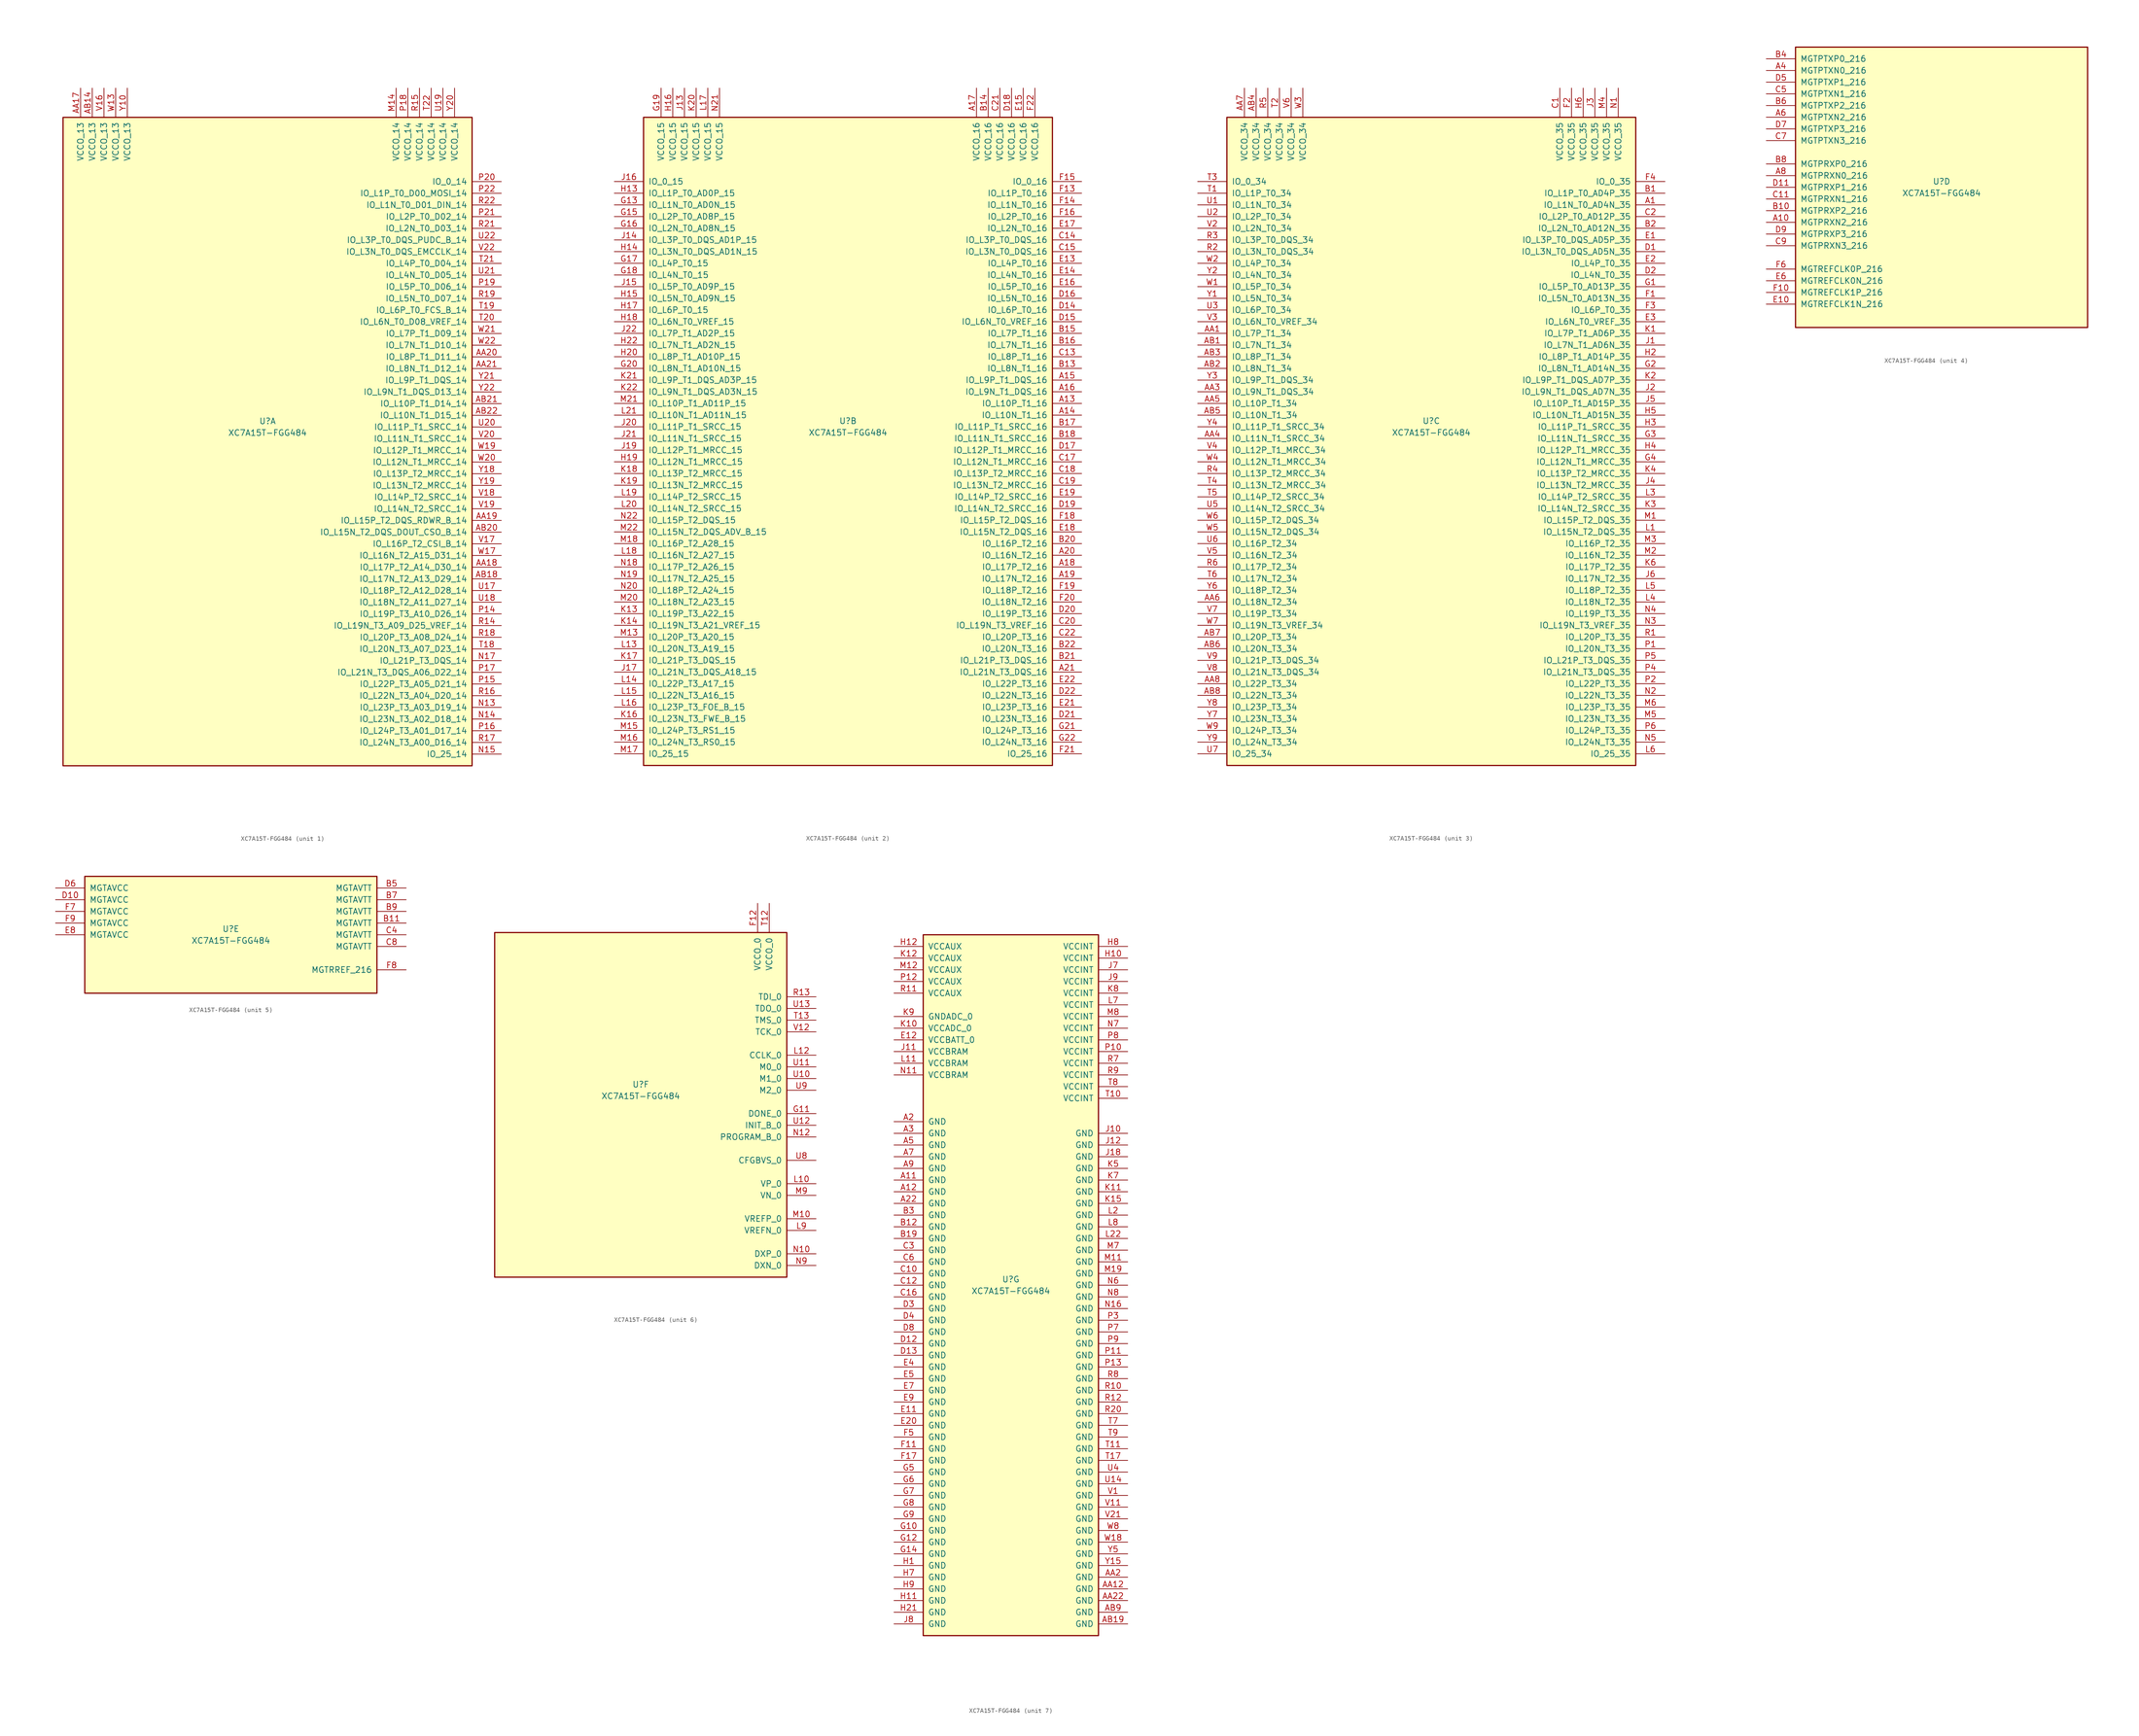
<source format=kicad_sym>
(kicad_symbol_lib
  (version 20231120)
  (generator "kicad_symbol_editor")
  (generator_version "8.0")
  (symbol "XC7A15T-FGG484"
    (pin_names
      (offset 1.016))
    (property "Reference" "U"
      (at 0 1.27 0)
      (effects (font (size 1.27 1.27))))
    (property "Value" "XC7A15T-FGG484"
      (at 0 -1.27 0)
      (effects (font (size 1.27 1.27))))
    (property "Datasheet" ""
      (at 0 0 0)
      (effects (font (size 1.27 1.27))))
    (property "ki_locked" ""
      (at 0 0 0)
      (effects (font (size 1.27 1.27))))
    (symbol "XC7A15T-FGG484_1_1"
      (rectangle (start -44.45 67.31) (end 44.45 -73.66) (stroke (width 0.254) (type solid)) (fill (type background)))
      (pin power_in line (at -40.64 73.66 270) (length 6.35) (name "VCCO_13" (effects (font (size 1.27 1.27)))) (number "AA17" (effects (font (size 1.27 1.27)))))
      (pin bidirectional line (at 50.8 -30.48 180) (length 6.35) (name "IO_L17P_T2_A14_D30_14" (effects (font (size 1.27 1.27)))) (number "AA18" (effects (font (size 1.27 1.27)))))
      (pin bidirectional line (at 50.8 -20.32 180) (length 6.35) (name "IO_L15P_T2_DQS_RDWR_B_14" (effects (font (size 1.27 1.27)))) (number "AA19" (effects (font (size 1.27 1.27)))))
      (pin bidirectional line (at 50.8 15.24 180) (length 6.35) (name "IO_L8P_T1_D11_14" (effects (font (size 1.27 1.27)))) (number "AA20" (effects (font (size 1.27 1.27)))))
      (pin bidirectional line (at 50.8 12.7 180) (length 6.35) (name "IO_L8N_T1_D12_14" (effects (font (size 1.27 1.27)))) (number "AA21" (effects (font (size 1.27 1.27)))))
      (pin power_in line (at -38.1 73.66 270) (length 6.35) (name "VCCO_13" (effects (font (size 1.27 1.27)))) (number "AB14" (effects (font (size 1.27 1.27)))))
      (pin bidirectional line (at 50.8 -33.02 180) (length 6.35) (name "IO_L17N_T2_A13_D29_14" (effects (font (size 1.27 1.27)))) (number "AB18" (effects (font (size 1.27 1.27)))))
      (pin bidirectional line (at 50.8 -22.86 180) (length 6.35) (name "IO_L15N_T2_DQS_DOUT_CSO_B_14" (effects (font (size 1.27 1.27)))) (number "AB20" (effects (font (size 1.27 1.27)))))
      (pin bidirectional line (at 50.8 5.08 180) (length 6.35) (name "IO_L10P_T1_D14_14" (effects (font (size 1.27 1.27)))) (number "AB21" (effects (font (size 1.27 1.27)))))
      (pin bidirectional line (at 50.8 2.54 180) (length 6.35) (name "IO_L10N_T1_D15_14" (effects (font (size 1.27 1.27)))) (number "AB22" (effects (font (size 1.27 1.27)))))
      (pin power_in line (at 27.94 73.66 270) (length 6.35) (name "VCCO_14" (effects (font (size 1.27 1.27)))) (number "M14" (effects (font (size 1.27 1.27)))))
      (pin bidirectional line (at 50.8 -60.96 180) (length 6.35) (name "IO_L23P_T3_A03_D19_14" (effects (font (size 1.27 1.27)))) (number "N13" (effects (font (size 1.27 1.27)))))
      (pin bidirectional line (at 50.8 -63.5 180) (length 6.35) (name "IO_L23N_T3_A02_D18_14" (effects (font (size 1.27 1.27)))) (number "N14" (effects (font (size 1.27 1.27)))))
      (pin bidirectional line (at 50.8 -71.12 180) (length 6.35) (name "IO_25_14" (effects (font (size 1.27 1.27)))) (number "N15" (effects (font (size 1.27 1.27)))))
      (pin bidirectional line (at 50.8 -50.8 180) (length 6.35) (name "IO_L21P_T3_DQS_14" (effects (font (size 1.27 1.27)))) (number "N17" (effects (font (size 1.27 1.27)))))
      (pin bidirectional line (at 50.8 -40.64 180) (length 6.35) (name "IO_L19P_T3_A10_D26_14" (effects (font (size 1.27 1.27)))) (number "P14" (effects (font (size 1.27 1.27)))))
      (pin bidirectional line (at 50.8 -55.88 180) (length 6.35) (name "IO_L22P_T3_A05_D21_14" (effects (font (size 1.27 1.27)))) (number "P15" (effects (font (size 1.27 1.27)))))
      (pin bidirectional line (at 50.8 -66.04 180) (length 6.35) (name "IO_L24P_T3_A01_D17_14" (effects (font (size 1.27 1.27)))) (number "P16" (effects (font (size 1.27 1.27)))))
      (pin bidirectional line (at 50.8 -53.34 180) (length 6.35) (name "IO_L21N_T3_DQS_A06_D22_14" (effects (font (size 1.27 1.27)))) (number "P17" (effects (font (size 1.27 1.27)))))
      (pin power_in line (at 30.48 73.66 270) (length 6.35) (name "VCCO_14" (effects (font (size 1.27 1.27)))) (number "P18" (effects (font (size 1.27 1.27)))))
      (pin bidirectional line (at 50.8 30.48 180) (length 6.35) (name "IO_L5P_T0_D06_14" (effects (font (size 1.27 1.27)))) (number "P19" (effects (font (size 1.27 1.27)))))
      (pin bidirectional line (at 50.8 53.34 180) (length 6.35) (name "IO_0_14" (effects (font (size 1.27 1.27)))) (number "P20" (effects (font (size 1.27 1.27)))))
      (pin bidirectional line (at 50.8 45.72 180) (length 6.35) (name "IO_L2P_T0_D02_14" (effects (font (size 1.27 1.27)))) (number "P21" (effects (font (size 1.27 1.27)))))
      (pin bidirectional line (at 50.8 50.8 180) (length 6.35) (name "IO_L1P_T0_D00_MOSI_14" (effects (font (size 1.27 1.27)))) (number "P22" (effects (font (size 1.27 1.27)))))
      (pin bidirectional line (at 50.8 -43.18 180) (length 6.35) (name "IO_L19N_T3_A09_D25_VREF_14" (effects (font (size 1.27 1.27)))) (number "R14" (effects (font (size 1.27 1.27)))))
      (pin power_in line (at 33.02 73.66 270) (length 6.35) (name "VCCO_14" (effects (font (size 1.27 1.27)))) (number "R15" (effects (font (size 1.27 1.27)))))
      (pin bidirectional line (at 50.8 -58.42 180) (length 6.35) (name "IO_L22N_T3_A04_D20_14" (effects (font (size 1.27 1.27)))) (number "R16" (effects (font (size 1.27 1.27)))))
      (pin bidirectional line (at 50.8 -68.58 180) (length 6.35) (name "IO_L24N_T3_A00_D16_14" (effects (font (size 1.27 1.27)))) (number "R17" (effects (font (size 1.27 1.27)))))
      (pin bidirectional line (at 50.8 -45.72 180) (length 6.35) (name "IO_L20P_T3_A08_D24_14" (effects (font (size 1.27 1.27)))) (number "R18" (effects (font (size 1.27 1.27)))))
      (pin bidirectional line (at 50.8 27.94 180) (length 6.35) (name "IO_L5N_T0_D07_14" (effects (font (size 1.27 1.27)))) (number "R19" (effects (font (size 1.27 1.27)))))
      (pin bidirectional line (at 50.8 43.18 180) (length 6.35) (name "IO_L2N_T0_D03_14" (effects (font (size 1.27 1.27)))) (number "R21" (effects (font (size 1.27 1.27)))))
      (pin bidirectional line (at 50.8 48.26 180) (length 6.35) (name "IO_L1N_T0_D01_DIN_14" (effects (font (size 1.27 1.27)))) (number "R22" (effects (font (size 1.27 1.27)))))
      (pin bidirectional line (at 50.8 -48.26 180) (length 6.35) (name "IO_L20N_T3_A07_D23_14" (effects (font (size 1.27 1.27)))) (number "T18" (effects (font (size 1.27 1.27)))))
      (pin bidirectional line (at 50.8 25.4 180) (length 6.35) (name "IO_L6P_T0_FCS_B_14" (effects (font (size 1.27 1.27)))) (number "T19" (effects (font (size 1.27 1.27)))))
      (pin bidirectional line (at 50.8 22.86 180) (length 6.35) (name "IO_L6N_T0_D08_VREF_14" (effects (font (size 1.27 1.27)))) (number "T20" (effects (font (size 1.27 1.27)))))
      (pin bidirectional line (at 50.8 35.56 180) (length 6.35) (name "IO_L4P_T0_D04_14" (effects (font (size 1.27 1.27)))) (number "T21" (effects (font (size 1.27 1.27)))))
      (pin power_in line (at 35.56 73.66 270) (length 6.35) (name "VCCO_14" (effects (font (size 1.27 1.27)))) (number "T22" (effects (font (size 1.27 1.27)))))
      (pin bidirectional line (at 50.8 -35.56 180) (length 6.35) (name "IO_L18P_T2_A12_D28_14" (effects (font (size 1.27 1.27)))) (number "U17" (effects (font (size 1.27 1.27)))))
      (pin bidirectional line (at 50.8 -38.1 180) (length 6.35) (name "IO_L18N_T2_A11_D27_14" (effects (font (size 1.27 1.27)))) (number "U18" (effects (font (size 1.27 1.27)))))
      (pin power_in line (at 38.1 73.66 270) (length 6.35) (name "VCCO_14" (effects (font (size 1.27 1.27)))) (number "U19" (effects (font (size 1.27 1.27)))))
      (pin bidirectional line (at 50.8 0 180) (length 6.35) (name "IO_L11P_T1_SRCC_14" (effects (font (size 1.27 1.27)))) (number "U20" (effects (font (size 1.27 1.27)))))
      (pin bidirectional line (at 50.8 33.02 180) (length 6.35) (name "IO_L4N_T0_D05_14" (effects (font (size 1.27 1.27)))) (number "U21" (effects (font (size 1.27 1.27)))))
      (pin bidirectional line (at 50.8 40.64 180) (length 6.35) (name "IO_L3P_T0_DQS_PUDC_B_14" (effects (font (size 1.27 1.27)))) (number "U22" (effects (font (size 1.27 1.27)))))
      (pin power_in line (at -35.56 73.66 270) (length 6.35) (name "VCCO_13" (effects (font (size 1.27 1.27)))) (number "V16" (effects (font (size 1.27 1.27)))))
      (pin bidirectional line (at 50.8 -25.4 180) (length 6.35) (name "IO_L16P_T2_CSI_B_14" (effects (font (size 1.27 1.27)))) (number "V17" (effects (font (size 1.27 1.27)))))
      (pin bidirectional line (at 50.8 -15.24 180) (length 6.35) (name "IO_L14P_T2_SRCC_14" (effects (font (size 1.27 1.27)))) (number "V18" (effects (font (size 1.27 1.27)))))
      (pin bidirectional line (at 50.8 -17.78 180) (length 6.35) (name "IO_L14N_T2_SRCC_14" (effects (font (size 1.27 1.27)))) (number "V19" (effects (font (size 1.27 1.27)))))
      (pin bidirectional line (at 50.8 -2.54 180) (length 6.35) (name "IO_L11N_T1_SRCC_14" (effects (font (size 1.27 1.27)))) (number "V20" (effects (font (size 1.27 1.27)))))
      (pin bidirectional line (at 50.8 38.1 180) (length 6.35) (name "IO_L3N_T0_DQS_EMCCLK_14" (effects (font (size 1.27 1.27)))) (number "V22" (effects (font (size 1.27 1.27)))))
      (pin power_in line (at -33.02 73.66 270) (length 6.35) (name "VCCO_13" (effects (font (size 1.27 1.27)))) (number "W13" (effects (font (size 1.27 1.27)))))
      (pin bidirectional line (at 50.8 -27.94 180) (length 6.35) (name "IO_L16N_T2_A15_D31_14" (effects (font (size 1.27 1.27)))) (number "W17" (effects (font (size 1.27 1.27)))))
      (pin bidirectional line (at 50.8 -5.08 180) (length 6.35) (name "IO_L12P_T1_MRCC_14" (effects (font (size 1.27 1.27)))) (number "W19" (effects (font (size 1.27 1.27)))))
      (pin bidirectional line (at 50.8 -7.62 180) (length 6.35) (name "IO_L12N_T1_MRCC_14" (effects (font (size 1.27 1.27)))) (number "W20" (effects (font (size 1.27 1.27)))))
      (pin bidirectional line (at 50.8 20.32 180) (length 6.35) (name "IO_L7P_T1_D09_14" (effects (font (size 1.27 1.27)))) (number "W21" (effects (font (size 1.27 1.27)))))
      (pin bidirectional line (at 50.8 17.78 180) (length 6.35) (name "IO_L7N_T1_D10_14" (effects (font (size 1.27 1.27)))) (number "W22" (effects (font (size 1.27 1.27)))))
      (pin power_in line (at -30.48 73.66 270) (length 6.35) (name "VCCO_13" (effects (font (size 1.27 1.27)))) (number "Y10" (effects (font (size 1.27 1.27)))))
      (pin bidirectional line (at 50.8 -10.16 180) (length 6.35) (name "IO_L13P_T2_MRCC_14" (effects (font (size 1.27 1.27)))) (number "Y18" (effects (font (size 1.27 1.27)))))
      (pin bidirectional line (at 50.8 -12.7 180) (length 6.35) (name "IO_L13N_T2_MRCC_14" (effects (font (size 1.27 1.27)))) (number "Y19" (effects (font (size 1.27 1.27)))))
      (pin power_in line (at 40.64 73.66 270) (length 6.35) (name "VCCO_14" (effects (font (size 1.27 1.27)))) (number "Y20" (effects (font (size 1.27 1.27)))))
      (pin bidirectional line (at 50.8 10.16 180) (length 6.35) (name "IO_L9P_T1_DQS_14" (effects (font (size 1.27 1.27)))) (number "Y21" (effects (font (size 1.27 1.27)))))
      (pin bidirectional line (at 50.8 7.62 180) (length 6.35) (name "IO_L9N_T1_DQS_D13_14" (effects (font (size 1.27 1.27)))) (number "Y22" (effects (font (size 1.27 1.27))))))
    (symbol "XC7A15T-FGG484_2_1"
      (rectangle (start -44.45 67.31) (end 44.45 -73.66) (stroke (width 0.254) (type solid)) (fill (type background)))
      (pin bidirectional line (at 50.8 5.08 180) (length 6.35) (name "IO_L10P_T1_16" (effects (font (size 1.27 1.27)))) (number "A13" (effects (font (size 1.27 1.27)))))
      (pin bidirectional line (at 50.8 2.54 180) (length 6.35) (name "IO_L10N_T1_16" (effects (font (size 1.27 1.27)))) (number "A14" (effects (font (size 1.27 1.27)))))
      (pin bidirectional line (at 50.8 10.16 180) (length 6.35) (name "IO_L9P_T1_DQS_16" (effects (font (size 1.27 1.27)))) (number "A15" (effects (font (size 1.27 1.27)))))
      (pin bidirectional line (at 50.8 7.62 180) (length 6.35) (name "IO_L9N_T1_DQS_16" (effects (font (size 1.27 1.27)))) (number "A16" (effects (font (size 1.27 1.27)))))
      (pin power_in line (at 27.94 73.66 270) (length 6.35) (name "VCCO_16" (effects (font (size 1.27 1.27)))) (number "A17" (effects (font (size 1.27 1.27)))))
      (pin bidirectional line (at 50.8 -30.48 180) (length 6.35) (name "IO_L17P_T2_16" (effects (font (size 1.27 1.27)))) (number "A18" (effects (font (size 1.27 1.27)))))
      (pin bidirectional line (at 50.8 -33.02 180) (length 6.35) (name "IO_L17N_T2_16" (effects (font (size 1.27 1.27)))) (number "A19" (effects (font (size 1.27 1.27)))))
      (pin bidirectional line (at 50.8 -27.94 180) (length 6.35) (name "IO_L16N_T2_16" (effects (font (size 1.27 1.27)))) (number "A20" (effects (font (size 1.27 1.27)))))
      (pin bidirectional line (at 50.8 -53.34 180) (length 6.35) (name "IO_L21N_T3_DQS_16" (effects (font (size 1.27 1.27)))) (number "A21" (effects (font (size 1.27 1.27)))))
      (pin bidirectional line (at 50.8 12.7 180) (length 6.35) (name "IO_L8N_T1_16" (effects (font (size 1.27 1.27)))) (number "B13" (effects (font (size 1.27 1.27)))))
      (pin power_in line (at 30.48 73.66 270) (length 6.35) (name "VCCO_16" (effects (font (size 1.27 1.27)))) (number "B14" (effects (font (size 1.27 1.27)))))
      (pin bidirectional line (at 50.8 20.32 180) (length 6.35) (name "IO_L7P_T1_16" (effects (font (size 1.27 1.27)))) (number "B15" (effects (font (size 1.27 1.27)))))
      (pin bidirectional line (at 50.8 17.78 180) (length 6.35) (name "IO_L7N_T1_16" (effects (font (size 1.27 1.27)))) (number "B16" (effects (font (size 1.27 1.27)))))
      (pin bidirectional line (at 50.8 0 180) (length 6.35) (name "IO_L11P_T1_SRCC_16" (effects (font (size 1.27 1.27)))) (number "B17" (effects (font (size 1.27 1.27)))))
      (pin bidirectional line (at 50.8 -2.54 180) (length 6.35) (name "IO_L11N_T1_SRCC_16" (effects (font (size 1.27 1.27)))) (number "B18" (effects (font (size 1.27 1.27)))))
      (pin bidirectional line (at 50.8 -25.4 180) (length 6.35) (name "IO_L16P_T2_16" (effects (font (size 1.27 1.27)))) (number "B20" (effects (font (size 1.27 1.27)))))
      (pin bidirectional line (at 50.8 -50.8 180) (length 6.35) (name "IO_L21P_T3_DQS_16" (effects (font (size 1.27 1.27)))) (number "B21" (effects (font (size 1.27 1.27)))))
      (pin bidirectional line (at 50.8 -48.26 180) (length 6.35) (name "IO_L20N_T3_16" (effects (font (size 1.27 1.27)))) (number "B22" (effects (font (size 1.27 1.27)))))
      (pin bidirectional line (at 50.8 15.24 180) (length 6.35) (name "IO_L8P_T1_16" (effects (font (size 1.27 1.27)))) (number "C13" (effects (font (size 1.27 1.27)))))
      (pin bidirectional line (at 50.8 40.64 180) (length 6.35) (name "IO_L3P_T0_DQS_16" (effects (font (size 1.27 1.27)))) (number "C14" (effects (font (size 1.27 1.27)))))
      (pin bidirectional line (at 50.8 38.1 180) (length 6.35) (name "IO_L3N_T0_DQS_16" (effects (font (size 1.27 1.27)))) (number "C15" (effects (font (size 1.27 1.27)))))
      (pin bidirectional line (at 50.8 -7.62 180) (length 6.35) (name "IO_L12N_T1_MRCC_16" (effects (font (size 1.27 1.27)))) (number "C17" (effects (font (size 1.27 1.27)))))
      (pin bidirectional line (at 50.8 -10.16 180) (length 6.35) (name "IO_L13P_T2_MRCC_16" (effects (font (size 1.27 1.27)))) (number "C18" (effects (font (size 1.27 1.27)))))
      (pin bidirectional line (at 50.8 -12.7 180) (length 6.35) (name "IO_L13N_T2_MRCC_16" (effects (font (size 1.27 1.27)))) (number "C19" (effects (font (size 1.27 1.27)))))
      (pin bidirectional line (at 50.8 -43.18 180) (length 6.35) (name "IO_L19N_T3_VREF_16" (effects (font (size 1.27 1.27)))) (number "C20" (effects (font (size 1.27 1.27)))))
      (pin power_in line (at 33.02 73.66 270) (length 6.35) (name "VCCO_16" (effects (font (size 1.27 1.27)))) (number "C21" (effects (font (size 1.27 1.27)))))
      (pin bidirectional line (at 50.8 -45.72 180) (length 6.35) (name "IO_L20P_T3_16" (effects (font (size 1.27 1.27)))) (number "C22" (effects (font (size 1.27 1.27)))))
      (pin bidirectional line (at 50.8 25.4 180) (length 6.35) (name "IO_L6P_T0_16" (effects (font (size 1.27 1.27)))) (number "D14" (effects (font (size 1.27 1.27)))))
      (pin bidirectional line (at 50.8 22.86 180) (length 6.35) (name "IO_L6N_T0_VREF_16" (effects (font (size 1.27 1.27)))) (number "D15" (effects (font (size 1.27 1.27)))))
      (pin bidirectional line (at 50.8 27.94 180) (length 6.35) (name "IO_L5N_T0_16" (effects (font (size 1.27 1.27)))) (number "D16" (effects (font (size 1.27 1.27)))))
      (pin bidirectional line (at 50.8 -5.08 180) (length 6.35) (name "IO_L12P_T1_MRCC_16" (effects (font (size 1.27 1.27)))) (number "D17" (effects (font (size 1.27 1.27)))))
      (pin power_in line (at 35.56 73.66 270) (length 6.35) (name "VCCO_16" (effects (font (size 1.27 1.27)))) (number "D18" (effects (font (size 1.27 1.27)))))
      (pin bidirectional line (at 50.8 -17.78 180) (length 6.35) (name "IO_L14N_T2_SRCC_16" (effects (font (size 1.27 1.27)))) (number "D19" (effects (font (size 1.27 1.27)))))
      (pin bidirectional line (at 50.8 -40.64 180) (length 6.35) (name "IO_L19P_T3_16" (effects (font (size 1.27 1.27)))) (number "D20" (effects (font (size 1.27 1.27)))))
      (pin bidirectional line (at 50.8 -63.5 180) (length 6.35) (name "IO_L23N_T3_16" (effects (font (size 1.27 1.27)))) (number "D21" (effects (font (size 1.27 1.27)))))
      (pin bidirectional line (at 50.8 -58.42 180) (length 6.35) (name "IO_L22N_T3_16" (effects (font (size 1.27 1.27)))) (number "D22" (effects (font (size 1.27 1.27)))))
      (pin bidirectional line (at 50.8 35.56 180) (length 6.35) (name "IO_L4P_T0_16" (effects (font (size 1.27 1.27)))) (number "E13" (effects (font (size 1.27 1.27)))))
      (pin bidirectional line (at 50.8 33.02 180) (length 6.35) (name "IO_L4N_T0_16" (effects (font (size 1.27 1.27)))) (number "E14" (effects (font (size 1.27 1.27)))))
      (pin power_in line (at 38.1 73.66 270) (length 6.35) (name "VCCO_16" (effects (font (size 1.27 1.27)))) (number "E15" (effects (font (size 1.27 1.27)))))
      (pin bidirectional line (at 50.8 30.48 180) (length 6.35) (name "IO_L5P_T0_16" (effects (font (size 1.27 1.27)))) (number "E16" (effects (font (size 1.27 1.27)))))
      (pin bidirectional line (at 50.8 43.18 180) (length 6.35) (name "IO_L2N_T0_16" (effects (font (size 1.27 1.27)))) (number "E17" (effects (font (size 1.27 1.27)))))
      (pin bidirectional line (at 50.8 -22.86 180) (length 6.35) (name "IO_L15N_T2_DQS_16" (effects (font (size 1.27 1.27)))) (number "E18" (effects (font (size 1.27 1.27)))))
      (pin bidirectional line (at 50.8 -15.24 180) (length 6.35) (name "IO_L14P_T2_SRCC_16" (effects (font (size 1.27 1.27)))) (number "E19" (effects (font (size 1.27 1.27)))))
      (pin bidirectional line (at 50.8 -60.96 180) (length 6.35) (name "IO_L23P_T3_16" (effects (font (size 1.27 1.27)))) (number "E21" (effects (font (size 1.27 1.27)))))
      (pin bidirectional line (at 50.8 -55.88 180) (length 6.35) (name "IO_L22P_T3_16" (effects (font (size 1.27 1.27)))) (number "E22" (effects (font (size 1.27 1.27)))))
      (pin bidirectional line (at 50.8 50.8 180) (length 6.35) (name "IO_L1P_T0_16" (effects (font (size 1.27 1.27)))) (number "F13" (effects (font (size 1.27 1.27)))))
      (pin bidirectional line (at 50.8 48.26 180) (length 6.35) (name "IO_L1N_T0_16" (effects (font (size 1.27 1.27)))) (number "F14" (effects (font (size 1.27 1.27)))))
      (pin bidirectional line (at 50.8 53.34 180) (length 6.35) (name "IO_0_16" (effects (font (size 1.27 1.27)))) (number "F15" (effects (font (size 1.27 1.27)))))
      (pin bidirectional line (at 50.8 45.72 180) (length 6.35) (name "IO_L2P_T0_16" (effects (font (size 1.27 1.27)))) (number "F16" (effects (font (size 1.27 1.27)))))
      (pin bidirectional line (at 50.8 -20.32 180) (length 6.35) (name "IO_L15P_T2_DQS_16" (effects (font (size 1.27 1.27)))) (number "F18" (effects (font (size 1.27 1.27)))))
      (pin bidirectional line (at 50.8 -35.56 180) (length 6.35) (name "IO_L18P_T2_16" (effects (font (size 1.27 1.27)))) (number "F19" (effects (font (size 1.27 1.27)))))
      (pin bidirectional line (at 50.8 -38.1 180) (length 6.35) (name "IO_L18N_T2_16" (effects (font (size 1.27 1.27)))) (number "F20" (effects (font (size 1.27 1.27)))))
      (pin bidirectional line (at 50.8 -71.12 180) (length 6.35) (name "IO_25_16" (effects (font (size 1.27 1.27)))) (number "F21" (effects (font (size 1.27 1.27)))))
      (pin power_in line (at 40.64 73.66 270) (length 6.35) (name "VCCO_16" (effects (font (size 1.27 1.27)))) (number "F22" (effects (font (size 1.27 1.27)))))
      (pin bidirectional line (at -50.8 48.26 0) (length 6.35) (name "IO_L1N_T0_AD0N_15" (effects (font (size 1.27 1.27)))) (number "G13" (effects (font (size 1.27 1.27)))))
      (pin bidirectional line (at -50.8 45.72 0) (length 6.35) (name "IO_L2P_T0_AD8P_15" (effects (font (size 1.27 1.27)))) (number "G15" (effects (font (size 1.27 1.27)))))
      (pin bidirectional line (at -50.8 43.18 0) (length 6.35) (name "IO_L2N_T0_AD8N_15" (effects (font (size 1.27 1.27)))) (number "G16" (effects (font (size 1.27 1.27)))))
      (pin bidirectional line (at -50.8 35.56 0) (length 6.35) (name "IO_L4P_T0_15" (effects (font (size 1.27 1.27)))) (number "G17" (effects (font (size 1.27 1.27)))))
      (pin bidirectional line (at -50.8 33.02 0) (length 6.35) (name "IO_L4N_T0_15" (effects (font (size 1.27 1.27)))) (number "G18" (effects (font (size 1.27 1.27)))))
      (pin power_in line (at -40.64 73.66 270) (length 6.35) (name "VCCO_15" (effects (font (size 1.27 1.27)))) (number "G19" (effects (font (size 1.27 1.27)))))
      (pin bidirectional line (at -50.8 12.7 0) (length 6.35) (name "IO_L8N_T1_AD10N_15" (effects (font (size 1.27 1.27)))) (number "G20" (effects (font (size 1.27 1.27)))))
      (pin bidirectional line (at 50.8 -66.04 180) (length 6.35) (name "IO_L24P_T3_16" (effects (font (size 1.27 1.27)))) (number "G21" (effects (font (size 1.27 1.27)))))
      (pin bidirectional line (at 50.8 -68.58 180) (length 6.35) (name "IO_L24N_T3_16" (effects (font (size 1.27 1.27)))) (number "G22" (effects (font (size 1.27 1.27)))))
      (pin bidirectional line (at -50.8 50.8 0) (length 6.35) (name "IO_L1P_T0_AD0P_15" (effects (font (size 1.27 1.27)))) (number "H13" (effects (font (size 1.27 1.27)))))
      (pin bidirectional line (at -50.8 38.1 0) (length 6.35) (name "IO_L3N_T0_DQS_AD1N_15" (effects (font (size 1.27 1.27)))) (number "H14" (effects (font (size 1.27 1.27)))))
      (pin bidirectional line (at -50.8 27.94 0) (length 6.35) (name "IO_L5N_T0_AD9N_15" (effects (font (size 1.27 1.27)))) (number "H15" (effects (font (size 1.27 1.27)))))
      (pin power_in line (at -38.1 73.66 270) (length 6.35) (name "VCCO_15" (effects (font (size 1.27 1.27)))) (number "H16" (effects (font (size 1.27 1.27)))))
      (pin bidirectional line (at -50.8 25.4 0) (length 6.35) (name "IO_L6P_T0_15" (effects (font (size 1.27 1.27)))) (number "H17" (effects (font (size 1.27 1.27)))))
      (pin bidirectional line (at -50.8 22.86 0) (length 6.35) (name "IO_L6N_T0_VREF_15" (effects (font (size 1.27 1.27)))) (number "H18" (effects (font (size 1.27 1.27)))))
      (pin bidirectional line (at -50.8 -7.62 0) (length 6.35) (name "IO_L12N_T1_MRCC_15" (effects (font (size 1.27 1.27)))) (number "H19" (effects (font (size 1.27 1.27)))))
      (pin bidirectional line (at -50.8 15.24 0) (length 6.35) (name "IO_L8P_T1_AD10P_15" (effects (font (size 1.27 1.27)))) (number "H20" (effects (font (size 1.27 1.27)))))
      (pin bidirectional line (at -50.8 17.78 0) (length 6.35) (name "IO_L7N_T1_AD2N_15" (effects (font (size 1.27 1.27)))) (number "H22" (effects (font (size 1.27 1.27)))))
      (pin power_in line (at -35.56 73.66 270) (length 6.35) (name "VCCO_15" (effects (font (size 1.27 1.27)))) (number "J13" (effects (font (size 1.27 1.27)))))
      (pin bidirectional line (at -50.8 40.64 0) (length 6.35) (name "IO_L3P_T0_DQS_AD1P_15" (effects (font (size 1.27 1.27)))) (number "J14" (effects (font (size 1.27 1.27)))))
      (pin bidirectional line (at -50.8 30.48 0) (length 6.35) (name "IO_L5P_T0_AD9P_15" (effects (font (size 1.27 1.27)))) (number "J15" (effects (font (size 1.27 1.27)))))
      (pin bidirectional line (at -50.8 53.34 0) (length 6.35) (name "IO_0_15" (effects (font (size 1.27 1.27)))) (number "J16" (effects (font (size 1.27 1.27)))))
      (pin bidirectional line (at -50.8 -53.34 0) (length 6.35) (name "IO_L21N_T3_DQS_A18_15" (effects (font (size 1.27 1.27)))) (number "J17" (effects (font (size 1.27 1.27)))))
      (pin bidirectional line (at -50.8 -5.08 0) (length 6.35) (name "IO_L12P_T1_MRCC_15" (effects (font (size 1.27 1.27)))) (number "J19" (effects (font (size 1.27 1.27)))))
      (pin bidirectional line (at -50.8 0 0) (length 6.35) (name "IO_L11P_T1_SRCC_15" (effects (font (size 1.27 1.27)))) (number "J20" (effects (font (size 1.27 1.27)))))
      (pin bidirectional line (at -50.8 -2.54 0) (length 6.35) (name "IO_L11N_T1_SRCC_15" (effects (font (size 1.27 1.27)))) (number "J21" (effects (font (size 1.27 1.27)))))
      (pin bidirectional line (at -50.8 20.32 0) (length 6.35) (name "IO_L7P_T1_AD2P_15" (effects (font (size 1.27 1.27)))) (number "J22" (effects (font (size 1.27 1.27)))))
      (pin bidirectional line (at -50.8 -40.64 0) (length 6.35) (name "IO_L19P_T3_A22_15" (effects (font (size 1.27 1.27)))) (number "K13" (effects (font (size 1.27 1.27)))))
      (pin bidirectional line (at -50.8 -43.18 0) (length 6.35) (name "IO_L19N_T3_A21_VREF_15" (effects (font (size 1.27 1.27)))) (number "K14" (effects (font (size 1.27 1.27)))))
      (pin bidirectional line (at -50.8 -63.5 0) (length 6.35) (name "IO_L23N_T3_FWE_B_15" (effects (font (size 1.27 1.27)))) (number "K16" (effects (font (size 1.27 1.27)))))
      (pin bidirectional line (at -50.8 -50.8 0) (length 6.35) (name "IO_L21P_T3_DQS_15" (effects (font (size 1.27 1.27)))) (number "K17" (effects (font (size 1.27 1.27)))))
      (pin bidirectional line (at -50.8 -10.16 0) (length 6.35) (name "IO_L13P_T2_MRCC_15" (effects (font (size 1.27 1.27)))) (number "K18" (effects (font (size 1.27 1.27)))))
      (pin bidirectional line (at -50.8 -12.7 0) (length 6.35) (name "IO_L13N_T2_MRCC_15" (effects (font (size 1.27 1.27)))) (number "K19" (effects (font (size 1.27 1.27)))))
      (pin power_in line (at -33.02 73.66 270) (length 6.35) (name "VCCO_15" (effects (font (size 1.27 1.27)))) (number "K20" (effects (font (size 1.27 1.27)))))
      (pin bidirectional line (at -50.8 10.16 0) (length 6.35) (name "IO_L9P_T1_DQS_AD3P_15" (effects (font (size 1.27 1.27)))) (number "K21" (effects (font (size 1.27 1.27)))))
      (pin bidirectional line (at -50.8 7.62 0) (length 6.35) (name "IO_L9N_T1_DQS_AD3N_15" (effects (font (size 1.27 1.27)))) (number "K22" (effects (font (size 1.27 1.27)))))
      (pin bidirectional line (at -50.8 -48.26 0) (length 6.35) (name "IO_L20N_T3_A19_15" (effects (font (size 1.27 1.27)))) (number "L13" (effects (font (size 1.27 1.27)))))
      (pin bidirectional line (at -50.8 -55.88 0) (length 6.35) (name "IO_L22P_T3_A17_15" (effects (font (size 1.27 1.27)))) (number "L14" (effects (font (size 1.27 1.27)))))
      (pin bidirectional line (at -50.8 -58.42 0) (length 6.35) (name "IO_L22N_T3_A16_15" (effects (font (size 1.27 1.27)))) (number "L15" (effects (font (size 1.27 1.27)))))
      (pin bidirectional line (at -50.8 -60.96 0) (length 6.35) (name "IO_L23P_T3_FOE_B_15" (effects (font (size 1.27 1.27)))) (number "L16" (effects (font (size 1.27 1.27)))))
      (pin power_in line (at -30.48 73.66 270) (length 6.35) (name "VCCO_15" (effects (font (size 1.27 1.27)))) (number "L17" (effects (font (size 1.27 1.27)))))
      (pin bidirectional line (at -50.8 -27.94 0) (length 6.35) (name "IO_L16N_T2_A27_15" (effects (font (size 1.27 1.27)))) (number "L18" (effects (font (size 1.27 1.27)))))
      (pin bidirectional line (at -50.8 -15.24 0) (length 6.35) (name "IO_L14P_T2_SRCC_15" (effects (font (size 1.27 1.27)))) (number "L19" (effects (font (size 1.27 1.27)))))
      (pin bidirectional line (at -50.8 -17.78 0) (length 6.35) (name "IO_L14N_T2_SRCC_15" (effects (font (size 1.27 1.27)))) (number "L20" (effects (font (size 1.27 1.27)))))
      (pin bidirectional line (at -50.8 2.54 0) (length 6.35) (name "IO_L10N_T1_AD11N_15" (effects (font (size 1.27 1.27)))) (number "L21" (effects (font (size 1.27 1.27)))))
      (pin bidirectional line (at -50.8 -45.72 0) (length 6.35) (name "IO_L20P_T3_A20_15" (effects (font (size 1.27 1.27)))) (number "M13" (effects (font (size 1.27 1.27)))))
      (pin bidirectional line (at -50.8 -66.04 0) (length 6.35) (name "IO_L24P_T3_RS1_15" (effects (font (size 1.27 1.27)))) (number "M15" (effects (font (size 1.27 1.27)))))
      (pin bidirectional line (at -50.8 -68.58 0) (length 6.35) (name "IO_L24N_T3_RS0_15" (effects (font (size 1.27 1.27)))) (number "M16" (effects (font (size 1.27 1.27)))))
      (pin bidirectional line (at -50.8 -71.12 0) (length 6.35) (name "IO_25_15" (effects (font (size 1.27 1.27)))) (number "M17" (effects (font (size 1.27 1.27)))))
      (pin bidirectional line (at -50.8 -25.4 0) (length 6.35) (name "IO_L16P_T2_A28_15" (effects (font (size 1.27 1.27)))) (number "M18" (effects (font (size 1.27 1.27)))))
      (pin bidirectional line (at -50.8 -38.1 0) (length 6.35) (name "IO_L18N_T2_A23_15" (effects (font (size 1.27 1.27)))) (number "M20" (effects (font (size 1.27 1.27)))))
      (pin bidirectional line (at -50.8 5.08 0) (length 6.35) (name "IO_L10P_T1_AD11P_15" (effects (font (size 1.27 1.27)))) (number "M21" (effects (font (size 1.27 1.27)))))
      (pin bidirectional line (at -50.8 -22.86 0) (length 6.35) (name "IO_L15N_T2_DQS_ADV_B_15" (effects (font (size 1.27 1.27)))) (number "M22" (effects (font (size 1.27 1.27)))))
      (pin bidirectional line (at -50.8 -30.48 0) (length 6.35) (name "IO_L17P_T2_A26_15" (effects (font (size 1.27 1.27)))) (number "N18" (effects (font (size 1.27 1.27)))))
      (pin bidirectional line (at -50.8 -33.02 0) (length 6.35) (name "IO_L17N_T2_A25_15" (effects (font (size 1.27 1.27)))) (number "N19" (effects (font (size 1.27 1.27)))))
      (pin bidirectional line (at -50.8 -35.56 0) (length 6.35) (name "IO_L18P_T2_A24_15" (effects (font (size 1.27 1.27)))) (number "N20" (effects (font (size 1.27 1.27)))))
      (pin power_in line (at -27.94 73.66 270) (length 6.35) (name "VCCO_15" (effects (font (size 1.27 1.27)))) (number "N21" (effects (font (size 1.27 1.27)))))
      (pin bidirectional line (at -50.8 -20.32 0) (length 6.35) (name "IO_L15P_T2_DQS_15" (effects (font (size 1.27 1.27)))) (number "N22" (effects (font (size 1.27 1.27))))))
    (symbol "XC7A15T-FGG484_3_1"
      (rectangle (start -44.45 67.31) (end 44.45 -73.66) (stroke (width 0.254) (type solid)) (fill (type background)))
      (pin bidirectional line (at 50.8 48.26 180) (length 6.35) (name "IO_L1N_T0_AD4N_35" (effects (font (size 1.27 1.27)))) (number "A1" (effects (font (size 1.27 1.27)))))
      (pin bidirectional line (at -50.8 20.32 0) (length 6.35) (name "IO_L7P_T1_34" (effects (font (size 1.27 1.27)))) (number "AA1" (effects (font (size 1.27 1.27)))))
      (pin bidirectional line (at -50.8 7.62 0) (length 6.35) (name "IO_L9N_T1_DQS_34" (effects (font (size 1.27 1.27)))) (number "AA3" (effects (font (size 1.27 1.27)))))
      (pin bidirectional line (at -50.8 -2.54 0) (length 6.35) (name "IO_L11N_T1_SRCC_34" (effects (font (size 1.27 1.27)))) (number "AA4" (effects (font (size 1.27 1.27)))))
      (pin bidirectional line (at -50.8 5.08 0) (length 6.35) (name "IO_L10P_T1_34" (effects (font (size 1.27 1.27)))) (number "AA5" (effects (font (size 1.27 1.27)))))
      (pin bidirectional line (at -50.8 -38.1 0) (length 6.35) (name "IO_L18N_T2_34" (effects (font (size 1.27 1.27)))) (number "AA6" (effects (font (size 1.27 1.27)))))
      (pin power_in line (at -40.64 73.66 270) (length 6.35) (name "VCCO_34" (effects (font (size 1.27 1.27)))) (number "AA7" (effects (font (size 1.27 1.27)))))
      (pin bidirectional line (at -50.8 -55.88 0) (length 6.35) (name "IO_L22P_T3_34" (effects (font (size 1.27 1.27)))) (number "AA8" (effects (font (size 1.27 1.27)))))
      (pin bidirectional line (at -50.8 17.78 0) (length 6.35) (name "IO_L7N_T1_34" (effects (font (size 1.27 1.27)))) (number "AB1" (effects (font (size 1.27 1.27)))))
      (pin bidirectional line (at -50.8 12.7 0) (length 6.35) (name "IO_L8N_T1_34" (effects (font (size 1.27 1.27)))) (number "AB2" (effects (font (size 1.27 1.27)))))
      (pin bidirectional line (at -50.8 15.24 0) (length 6.35) (name "IO_L8P_T1_34" (effects (font (size 1.27 1.27)))) (number "AB3" (effects (font (size 1.27 1.27)))))
      (pin power_in line (at -38.1 73.66 270) (length 6.35) (name "VCCO_34" (effects (font (size 1.27 1.27)))) (number "AB4" (effects (font (size 1.27 1.27)))))
      (pin bidirectional line (at -50.8 2.54 0) (length 6.35) (name "IO_L10N_T1_34" (effects (font (size 1.27 1.27)))) (number "AB5" (effects (font (size 1.27 1.27)))))
      (pin bidirectional line (at -50.8 -48.26 0) (length 6.35) (name "IO_L20N_T3_34" (effects (font (size 1.27 1.27)))) (number "AB6" (effects (font (size 1.27 1.27)))))
      (pin bidirectional line (at -50.8 -45.72 0) (length 6.35) (name "IO_L20P_T3_34" (effects (font (size 1.27 1.27)))) (number "AB7" (effects (font (size 1.27 1.27)))))
      (pin bidirectional line (at -50.8 -58.42 0) (length 6.35) (name "IO_L22N_T3_34" (effects (font (size 1.27 1.27)))) (number "AB8" (effects (font (size 1.27 1.27)))))
      (pin bidirectional line (at 50.8 50.8 180) (length 6.35) (name "IO_L1P_T0_AD4P_35" (effects (font (size 1.27 1.27)))) (number "B1" (effects (font (size 1.27 1.27)))))
      (pin bidirectional line (at 50.8 43.18 180) (length 6.35) (name "IO_L2N_T0_AD12N_35" (effects (font (size 1.27 1.27)))) (number "B2" (effects (font (size 1.27 1.27)))))
      (pin power_in line (at 27.94 73.66 270) (length 6.35) (name "VCCO_35" (effects (font (size 1.27 1.27)))) (number "C1" (effects (font (size 1.27 1.27)))))
      (pin bidirectional line (at 50.8 45.72 180) (length 6.35) (name "IO_L2P_T0_AD12P_35" (effects (font (size 1.27 1.27)))) (number "C2" (effects (font (size 1.27 1.27)))))
      (pin bidirectional line (at 50.8 38.1 180) (length 6.35) (name "IO_L3N_T0_DQS_AD5N_35" (effects (font (size 1.27 1.27)))) (number "D1" (effects (font (size 1.27 1.27)))))
      (pin bidirectional line (at 50.8 33.02 180) (length 6.35) (name "IO_L4N_T0_35" (effects (font (size 1.27 1.27)))) (number "D2" (effects (font (size 1.27 1.27)))))
      (pin bidirectional line (at 50.8 40.64 180) (length 6.35) (name "IO_L3P_T0_DQS_AD5P_35" (effects (font (size 1.27 1.27)))) (number "E1" (effects (font (size 1.27 1.27)))))
      (pin bidirectional line (at 50.8 35.56 180) (length 6.35) (name "IO_L4P_T0_35" (effects (font (size 1.27 1.27)))) (number "E2" (effects (font (size 1.27 1.27)))))
      (pin bidirectional line (at 50.8 22.86 180) (length 6.35) (name "IO_L6N_T0_VREF_35" (effects (font (size 1.27 1.27)))) (number "E3" (effects (font (size 1.27 1.27)))))
      (pin bidirectional line (at 50.8 27.94 180) (length 6.35) (name "IO_L5N_T0_AD13N_35" (effects (font (size 1.27 1.27)))) (number "F1" (effects (font (size 1.27 1.27)))))
      (pin power_in line (at 30.48 73.66 270) (length 6.35) (name "VCCO_35" (effects (font (size 1.27 1.27)))) (number "F2" (effects (font (size 1.27 1.27)))))
      (pin bidirectional line (at 50.8 25.4 180) (length 6.35) (name "IO_L6P_T0_35" (effects (font (size 1.27 1.27)))) (number "F3" (effects (font (size 1.27 1.27)))))
      (pin bidirectional line (at 50.8 53.34 180) (length 6.35) (name "IO_0_35" (effects (font (size 1.27 1.27)))) (number "F4" (effects (font (size 1.27 1.27)))))
      (pin bidirectional line (at 50.8 30.48 180) (length 6.35) (name "IO_L5P_T0_AD13P_35" (effects (font (size 1.27 1.27)))) (number "G1" (effects (font (size 1.27 1.27)))))
      (pin bidirectional line (at 50.8 12.7 180) (length 6.35) (name "IO_L8N_T1_AD14N_35" (effects (font (size 1.27 1.27)))) (number "G2" (effects (font (size 1.27 1.27)))))
      (pin bidirectional line (at 50.8 -2.54 180) (length 6.35) (name "IO_L11N_T1_SRCC_35" (effects (font (size 1.27 1.27)))) (number "G3" (effects (font (size 1.27 1.27)))))
      (pin bidirectional line (at 50.8 -7.62 180) (length 6.35) (name "IO_L12N_T1_MRCC_35" (effects (font (size 1.27 1.27)))) (number "G4" (effects (font (size 1.27 1.27)))))
      (pin bidirectional line (at 50.8 15.24 180) (length 6.35) (name "IO_L8P_T1_AD14P_35" (effects (font (size 1.27 1.27)))) (number "H2" (effects (font (size 1.27 1.27)))))
      (pin bidirectional line (at 50.8 0 180) (length 6.35) (name "IO_L11P_T1_SRCC_35" (effects (font (size 1.27 1.27)))) (number "H3" (effects (font (size 1.27 1.27)))))
      (pin bidirectional line (at 50.8 -5.08 180) (length 6.35) (name "IO_L12P_T1_MRCC_35" (effects (font (size 1.27 1.27)))) (number "H4" (effects (font (size 1.27 1.27)))))
      (pin bidirectional line (at 50.8 2.54 180) (length 6.35) (name "IO_L10N_T1_AD15N_35" (effects (font (size 1.27 1.27)))) (number "H5" (effects (font (size 1.27 1.27)))))
      (pin power_in line (at 33.02 73.66 270) (length 6.35) (name "VCCO_35" (effects (font (size 1.27 1.27)))) (number "H6" (effects (font (size 1.27 1.27)))))
      (pin bidirectional line (at 50.8 17.78 180) (length 6.35) (name "IO_L7N_T1_AD6N_35" (effects (font (size 1.27 1.27)))) (number "J1" (effects (font (size 1.27 1.27)))))
      (pin bidirectional line (at 50.8 7.62 180) (length 6.35) (name "IO_L9N_T1_DQS_AD7N_35" (effects (font (size 1.27 1.27)))) (number "J2" (effects (font (size 1.27 1.27)))))
      (pin power_in line (at 35.56 73.66 270) (length 6.35) (name "VCCO_35" (effects (font (size 1.27 1.27)))) (number "J3" (effects (font (size 1.27 1.27)))))
      (pin bidirectional line (at 50.8 -12.7 180) (length 6.35) (name "IO_L13N_T2_MRCC_35" (effects (font (size 1.27 1.27)))) (number "J4" (effects (font (size 1.27 1.27)))))
      (pin bidirectional line (at 50.8 5.08 180) (length 6.35) (name "IO_L10P_T1_AD15P_35" (effects (font (size 1.27 1.27)))) (number "J5" (effects (font (size 1.27 1.27)))))
      (pin bidirectional line (at 50.8 -33.02 180) (length 6.35) (name "IO_L17N_T2_35" (effects (font (size 1.27 1.27)))) (number "J6" (effects (font (size 1.27 1.27)))))
      (pin bidirectional line (at 50.8 20.32 180) (length 6.35) (name "IO_L7P_T1_AD6P_35" (effects (font (size 1.27 1.27)))) (number "K1" (effects (font (size 1.27 1.27)))))
      (pin bidirectional line (at 50.8 10.16 180) (length 6.35) (name "IO_L9P_T1_DQS_AD7P_35" (effects (font (size 1.27 1.27)))) (number "K2" (effects (font (size 1.27 1.27)))))
      (pin bidirectional line (at 50.8 -17.78 180) (length 6.35) (name "IO_L14N_T2_SRCC_35" (effects (font (size 1.27 1.27)))) (number "K3" (effects (font (size 1.27 1.27)))))
      (pin bidirectional line (at 50.8 -10.16 180) (length 6.35) (name "IO_L13P_T2_MRCC_35" (effects (font (size 1.27 1.27)))) (number "K4" (effects (font (size 1.27 1.27)))))
      (pin bidirectional line (at 50.8 -30.48 180) (length 6.35) (name "IO_L17P_T2_35" (effects (font (size 1.27 1.27)))) (number "K6" (effects (font (size 1.27 1.27)))))
      (pin bidirectional line (at 50.8 -22.86 180) (length 6.35) (name "IO_L15N_T2_DQS_35" (effects (font (size 1.27 1.27)))) (number "L1" (effects (font (size 1.27 1.27)))))
      (pin bidirectional line (at 50.8 -15.24 180) (length 6.35) (name "IO_L14P_T2_SRCC_35" (effects (font (size 1.27 1.27)))) (number "L3" (effects (font (size 1.27 1.27)))))
      (pin bidirectional line (at 50.8 -38.1 180) (length 6.35) (name "IO_L18N_T2_35" (effects (font (size 1.27 1.27)))) (number "L4" (effects (font (size 1.27 1.27)))))
      (pin bidirectional line (at 50.8 -35.56 180) (length 6.35) (name "IO_L18P_T2_35" (effects (font (size 1.27 1.27)))) (number "L5" (effects (font (size 1.27 1.27)))))
      (pin bidirectional line (at 50.8 -71.12 180) (length 6.35) (name "IO_25_35" (effects (font (size 1.27 1.27)))) (number "L6" (effects (font (size 1.27 1.27)))))
      (pin bidirectional line (at 50.8 -20.32 180) (length 6.35) (name "IO_L15P_T2_DQS_35" (effects (font (size 1.27 1.27)))) (number "M1" (effects (font (size 1.27 1.27)))))
      (pin bidirectional line (at 50.8 -27.94 180) (length 6.35) (name "IO_L16N_T2_35" (effects (font (size 1.27 1.27)))) (number "M2" (effects (font (size 1.27 1.27)))))
      (pin bidirectional line (at 50.8 -25.4 180) (length 6.35) (name "IO_L16P_T2_35" (effects (font (size 1.27 1.27)))) (number "M3" (effects (font (size 1.27 1.27)))))
      (pin power_in line (at 38.1 73.66 270) (length 6.35) (name "VCCO_35" (effects (font (size 1.27 1.27)))) (number "M4" (effects (font (size 1.27 1.27)))))
      (pin bidirectional line (at 50.8 -63.5 180) (length 6.35) (name "IO_L23N_T3_35" (effects (font (size 1.27 1.27)))) (number "M5" (effects (font (size 1.27 1.27)))))
      (pin bidirectional line (at 50.8 -60.96 180) (length 6.35) (name "IO_L23P_T3_35" (effects (font (size 1.27 1.27)))) (number "M6" (effects (font (size 1.27 1.27)))))
      (pin power_in line (at 40.64 73.66 270) (length 6.35) (name "VCCO_35" (effects (font (size 1.27 1.27)))) (number "N1" (effects (font (size 1.27 1.27)))))
      (pin bidirectional line (at 50.8 -58.42 180) (length 6.35) (name "IO_L22N_T3_35" (effects (font (size 1.27 1.27)))) (number "N2" (effects (font (size 1.27 1.27)))))
      (pin bidirectional line (at 50.8 -43.18 180) (length 6.35) (name "IO_L19N_T3_VREF_35" (effects (font (size 1.27 1.27)))) (number "N3" (effects (font (size 1.27 1.27)))))
      (pin bidirectional line (at 50.8 -40.64 180) (length 6.35) (name "IO_L19P_T3_35" (effects (font (size 1.27 1.27)))) (number "N4" (effects (font (size 1.27 1.27)))))
      (pin bidirectional line (at 50.8 -68.58 180) (length 6.35) (name "IO_L24N_T3_35" (effects (font (size 1.27 1.27)))) (number "N5" (effects (font (size 1.27 1.27)))))
      (pin bidirectional line (at 50.8 -48.26 180) (length 6.35) (name "IO_L20N_T3_35" (effects (font (size 1.27 1.27)))) (number "P1" (effects (font (size 1.27 1.27)))))
      (pin bidirectional line (at 50.8 -55.88 180) (length 6.35) (name "IO_L22P_T3_35" (effects (font (size 1.27 1.27)))) (number "P2" (effects (font (size 1.27 1.27)))))
      (pin bidirectional line (at 50.8 -53.34 180) (length 6.35) (name "IO_L21N_T3_DQS_35" (effects (font (size 1.27 1.27)))) (number "P4" (effects (font (size 1.27 1.27)))))
      (pin bidirectional line (at 50.8 -50.8 180) (length 6.35) (name "IO_L21P_T3_DQS_35" (effects (font (size 1.27 1.27)))) (number "P5" (effects (font (size 1.27 1.27)))))
      (pin bidirectional line (at 50.8 -66.04 180) (length 6.35) (name "IO_L24P_T3_35" (effects (font (size 1.27 1.27)))) (number "P6" (effects (font (size 1.27 1.27)))))
      (pin bidirectional line (at 50.8 -45.72 180) (length 6.35) (name "IO_L20P_T3_35" (effects (font (size 1.27 1.27)))) (number "R1" (effects (font (size 1.27 1.27)))))
      (pin bidirectional line (at -50.8 38.1 0) (length 6.35) (name "IO_L3N_T0_DQS_34" (effects (font (size 1.27 1.27)))) (number "R2" (effects (font (size 1.27 1.27)))))
      (pin bidirectional line (at -50.8 40.64 0) (length 6.35) (name "IO_L3P_T0_DQS_34" (effects (font (size 1.27 1.27)))) (number "R3" (effects (font (size 1.27 1.27)))))
      (pin bidirectional line (at -50.8 -10.16 0) (length 6.35) (name "IO_L13P_T2_MRCC_34" (effects (font (size 1.27 1.27)))) (number "R4" (effects (font (size 1.27 1.27)))))
      (pin power_in line (at -35.56 73.66 270) (length 6.35) (name "VCCO_34" (effects (font (size 1.27 1.27)))) (number "R5" (effects (font (size 1.27 1.27)))))
      (pin bidirectional line (at -50.8 -30.48 0) (length 6.35) (name "IO_L17P_T2_34" (effects (font (size 1.27 1.27)))) (number "R6" (effects (font (size 1.27 1.27)))))
      (pin bidirectional line (at -50.8 50.8 0) (length 6.35) (name "IO_L1P_T0_34" (effects (font (size 1.27 1.27)))) (number "T1" (effects (font (size 1.27 1.27)))))
      (pin power_in line (at -33.02 73.66 270) (length 6.35) (name "VCCO_34" (effects (font (size 1.27 1.27)))) (number "T2" (effects (font (size 1.27 1.27)))))
      (pin bidirectional line (at -50.8 53.34 0) (length 6.35) (name "IO_0_34" (effects (font (size 1.27 1.27)))) (number "T3" (effects (font (size 1.27 1.27)))))
      (pin bidirectional line (at -50.8 -12.7 0) (length 6.35) (name "IO_L13N_T2_MRCC_34" (effects (font (size 1.27 1.27)))) (number "T4" (effects (font (size 1.27 1.27)))))
      (pin bidirectional line (at -50.8 -15.24 0) (length 6.35) (name "IO_L14P_T2_SRCC_34" (effects (font (size 1.27 1.27)))) (number "T5" (effects (font (size 1.27 1.27)))))
      (pin bidirectional line (at -50.8 -33.02 0) (length 6.35) (name "IO_L17N_T2_34" (effects (font (size 1.27 1.27)))) (number "T6" (effects (font (size 1.27 1.27)))))
      (pin bidirectional line (at -50.8 48.26 0) (length 6.35) (name "IO_L1N_T0_34" (effects (font (size 1.27 1.27)))) (number "U1" (effects (font (size 1.27 1.27)))))
      (pin bidirectional line (at -50.8 45.72 0) (length 6.35) (name "IO_L2P_T0_34" (effects (font (size 1.27 1.27)))) (number "U2" (effects (font (size 1.27 1.27)))))
      (pin bidirectional line (at -50.8 25.4 0) (length 6.35) (name "IO_L6P_T0_34" (effects (font (size 1.27 1.27)))) (number "U3" (effects (font (size 1.27 1.27)))))
      (pin bidirectional line (at -50.8 -17.78 0) (length 6.35) (name "IO_L14N_T2_SRCC_34" (effects (font (size 1.27 1.27)))) (number "U5" (effects (font (size 1.27 1.27)))))
      (pin bidirectional line (at -50.8 -25.4 0) (length 6.35) (name "IO_L16P_T2_34" (effects (font (size 1.27 1.27)))) (number "U6" (effects (font (size 1.27 1.27)))))
      (pin bidirectional line (at -50.8 -71.12 0) (length 6.35) (name "IO_25_34" (effects (font (size 1.27 1.27)))) (number "U7" (effects (font (size 1.27 1.27)))))
      (pin bidirectional line (at -50.8 43.18 0) (length 6.35) (name "IO_L2N_T0_34" (effects (font (size 1.27 1.27)))) (number "V2" (effects (font (size 1.27 1.27)))))
      (pin bidirectional line (at -50.8 22.86 0) (length 6.35) (name "IO_L6N_T0_VREF_34" (effects (font (size 1.27 1.27)))) (number "V3" (effects (font (size 1.27 1.27)))))
      (pin bidirectional line (at -50.8 -5.08 0) (length 6.35) (name "IO_L12P_T1_MRCC_34" (effects (font (size 1.27 1.27)))) (number "V4" (effects (font (size 1.27 1.27)))))
      (pin bidirectional line (at -50.8 -27.94 0) (length 6.35) (name "IO_L16N_T2_34" (effects (font (size 1.27 1.27)))) (number "V5" (effects (font (size 1.27 1.27)))))
      (pin power_in line (at -30.48 73.66 270) (length 6.35) (name "VCCO_34" (effects (font (size 1.27 1.27)))) (number "V6" (effects (font (size 1.27 1.27)))))
      (pin bidirectional line (at -50.8 -40.64 0) (length 6.35) (name "IO_L19P_T3_34" (effects (font (size 1.27 1.27)))) (number "V7" (effects (font (size 1.27 1.27)))))
      (pin bidirectional line (at -50.8 -53.34 0) (length 6.35) (name "IO_L21N_T3_DQS_34" (effects (font (size 1.27 1.27)))) (number "V8" (effects (font (size 1.27 1.27)))))
      (pin bidirectional line (at -50.8 -50.8 0) (length 6.35) (name "IO_L21P_T3_DQS_34" (effects (font (size 1.27 1.27)))) (number "V9" (effects (font (size 1.27 1.27)))))
      (pin bidirectional line (at -50.8 30.48 0) (length 6.35) (name "IO_L5P_T0_34" (effects (font (size 1.27 1.27)))) (number "W1" (effects (font (size 1.27 1.27)))))
      (pin bidirectional line (at -50.8 35.56 0) (length 6.35) (name "IO_L4P_T0_34" (effects (font (size 1.27 1.27)))) (number "W2" (effects (font (size 1.27 1.27)))))
      (pin power_in line (at -27.94 73.66 270) (length 6.35) (name "VCCO_34" (effects (font (size 1.27 1.27)))) (number "W3" (effects (font (size 1.27 1.27)))))
      (pin bidirectional line (at -50.8 -7.62 0) (length 6.35) (name "IO_L12N_T1_MRCC_34" (effects (font (size 1.27 1.27)))) (number "W4" (effects (font (size 1.27 1.27)))))
      (pin bidirectional line (at -50.8 -22.86 0) (length 6.35) (name "IO_L15N_T2_DQS_34" (effects (font (size 1.27 1.27)))) (number "W5" (effects (font (size 1.27 1.27)))))
      (pin bidirectional line (at -50.8 -20.32 0) (length 6.35) (name "IO_L15P_T2_DQS_34" (effects (font (size 1.27 1.27)))) (number "W6" (effects (font (size 1.27 1.27)))))
      (pin bidirectional line (at -50.8 -43.18 0) (length 6.35) (name "IO_L19N_T3_VREF_34" (effects (font (size 1.27 1.27)))) (number "W7" (effects (font (size 1.27 1.27)))))
      (pin bidirectional line (at -50.8 -66.04 0) (length 6.35) (name "IO_L24P_T3_34" (effects (font (size 1.27 1.27)))) (number "W9" (effects (font (size 1.27 1.27)))))
      (pin bidirectional line (at -50.8 27.94 0) (length 6.35) (name "IO_L5N_T0_34" (effects (font (size 1.27 1.27)))) (number "Y1" (effects (font (size 1.27 1.27)))))
      (pin bidirectional line (at -50.8 33.02 0) (length 6.35) (name "IO_L4N_T0_34" (effects (font (size 1.27 1.27)))) (number "Y2" (effects (font (size 1.27 1.27)))))
      (pin bidirectional line (at -50.8 10.16 0) (length 6.35) (name "IO_L9P_T1_DQS_34" (effects (font (size 1.27 1.27)))) (number "Y3" (effects (font (size 1.27 1.27)))))
      (pin bidirectional line (at -50.8 0 0) (length 6.35) (name "IO_L11P_T1_SRCC_34" (effects (font (size 1.27 1.27)))) (number "Y4" (effects (font (size 1.27 1.27)))))
      (pin bidirectional line (at -50.8 -35.56 0) (length 6.35) (name "IO_L18P_T2_34" (effects (font (size 1.27 1.27)))) (number "Y6" (effects (font (size 1.27 1.27)))))
      (pin bidirectional line (at -50.8 -63.5 0) (length 6.35) (name "IO_L23N_T3_34" (effects (font (size 1.27 1.27)))) (number "Y7" (effects (font (size 1.27 1.27)))))
      (pin bidirectional line (at -50.8 -60.96 0) (length 6.35) (name "IO_L23P_T3_34" (effects (font (size 1.27 1.27)))) (number "Y8" (effects (font (size 1.27 1.27)))))
      (pin bidirectional line (at -50.8 -68.58 0) (length 6.35) (name "IO_L24N_T3_34" (effects (font (size 1.27 1.27)))) (number "Y9" (effects (font (size 1.27 1.27))))))
    (symbol "XC7A15T-FGG484_4_1"
      (rectangle (start -31.75 30.48) (end 31.75 -30.48) (stroke (width 0.254) (type solid)) (fill (type background)))
      (pin bidirectional line (at -38.1 -7.62 0) (length 6.35) (name "MGTPRXN2_216" (effects (font (size 1.27 1.27)))) (number "A10" (effects (font (size 1.27 1.27)))))
      (pin bidirectional line (at -38.1 25.4 0) (length 6.35) (name "MGTPTXN0_216" (effects (font (size 1.27 1.27)))) (number "A4" (effects (font (size 1.27 1.27)))))
      (pin bidirectional line (at -38.1 15.24 0) (length 6.35) (name "MGTPTXN2_216" (effects (font (size 1.27 1.27)))) (number "A6" (effects (font (size 1.27 1.27)))))
      (pin bidirectional line (at -38.1 2.54 0) (length 6.35) (name "MGTPRXN0_216" (effects (font (size 1.27 1.27)))) (number "A8" (effects (font (size 1.27 1.27)))))
      (pin bidirectional line (at -38.1 -5.08 0) (length 6.35) (name "MGTPRXP2_216" (effects (font (size 1.27 1.27)))) (number "B10" (effects (font (size 1.27 1.27)))))
      (pin bidirectional line (at -38.1 27.94 0) (length 6.35) (name "MGTPTXP0_216" (effects (font (size 1.27 1.27)))) (number "B4" (effects (font (size 1.27 1.27)))))
      (pin bidirectional line (at -38.1 17.78 0) (length 6.35) (name "MGTPTXP2_216" (effects (font (size 1.27 1.27)))) (number "B6" (effects (font (size 1.27 1.27)))))
      (pin bidirectional line (at -38.1 5.08 0) (length 6.35) (name "MGTPRXP0_216" (effects (font (size 1.27 1.27)))) (number "B8" (effects (font (size 1.27 1.27)))))
      (pin bidirectional line (at -38.1 -2.54 0) (length 6.35) (name "MGTPRXN1_216" (effects (font (size 1.27 1.27)))) (number "C11" (effects (font (size 1.27 1.27)))))
      (pin bidirectional line (at -38.1 20.32 0) (length 6.35) (name "MGTPTXN1_216" (effects (font (size 1.27 1.27)))) (number "C5" (effects (font (size 1.27 1.27)))))
      (pin bidirectional line (at -38.1 10.16 0) (length 6.35) (name "MGTPTXN3_216" (effects (font (size 1.27 1.27)))) (number "C7" (effects (font (size 1.27 1.27)))))
      (pin bidirectional line (at -38.1 -12.7 0) (length 6.35) (name "MGTPRXN3_216" (effects (font (size 1.27 1.27)))) (number "C9" (effects (font (size 1.27 1.27)))))
      (pin bidirectional line (at -38.1 0 0) (length 6.35) (name "MGTPRXP1_216" (effects (font (size 1.27 1.27)))) (number "D11" (effects (font (size 1.27 1.27)))))
      (pin bidirectional line (at -38.1 22.86 0) (length 6.35) (name "MGTPTXP1_216" (effects (font (size 1.27 1.27)))) (number "D5" (effects (font (size 1.27 1.27)))))
      (pin bidirectional line (at -38.1 12.7 0) (length 6.35) (name "MGTPTXP3_216" (effects (font (size 1.27 1.27)))) (number "D7" (effects (font (size 1.27 1.27)))))
      (pin bidirectional line (at -38.1 -10.16 0) (length 6.35) (name "MGTPRXP3_216" (effects (font (size 1.27 1.27)))) (number "D9" (effects (font (size 1.27 1.27)))))
      (pin bidirectional line (at -38.1 -25.4 0) (length 6.35) (name "MGTREFCLK1N_216" (effects (font (size 1.27 1.27)))) (number "E10" (effects (font (size 1.27 1.27)))))
      (pin bidirectional line (at -38.1 -20.32 0) (length 6.35) (name "MGTREFCLK0N_216" (effects (font (size 1.27 1.27)))) (number "E6" (effects (font (size 1.27 1.27)))))
      (pin bidirectional line (at -38.1 -22.86 0) (length 6.35) (name "MGTREFCLK1P_216" (effects (font (size 1.27 1.27)))) (number "F10" (effects (font (size 1.27 1.27)))))
      (pin bidirectional line (at -38.1 -17.78 0) (length 6.35) (name "MGTREFCLK0P_216" (effects (font (size 1.27 1.27)))) (number "F6" (effects (font (size 1.27 1.27))))))
    (symbol "XC7A15T-FGG484_5_1"
      (rectangle (start -31.75 12.7) (end 31.75 -12.7) (stroke (width 0.254) (type solid)) (fill (type background)))
      (pin power_in line (at 38.1 2.54 180) (length 6.35) (name "MGTAVTT" (effects (font (size 1.27 1.27)))) (number "B11" (effects (font (size 1.27 1.27)))))
      (pin power_in line (at 38.1 10.16 180) (length 6.35) (name "MGTAVTT" (effects (font (size 1.27 1.27)))) (number "B5" (effects (font (size 1.27 1.27)))))
      (pin power_in line (at 38.1 7.62 180) (length 6.35) (name "MGTAVTT" (effects (font (size 1.27 1.27)))) (number "B7" (effects (font (size 1.27 1.27)))))
      (pin power_in line (at 38.1 5.08 180) (length 6.35) (name "MGTAVTT" (effects (font (size 1.27 1.27)))) (number "B9" (effects (font (size 1.27 1.27)))))
      (pin power_in line (at 38.1 0 180) (length 6.35) (name "MGTAVTT" (effects (font (size 1.27 1.27)))) (number "C4" (effects (font (size 1.27 1.27)))))
      (pin power_in line (at 38.1 -2.54 180) (length 6.35) (name "MGTAVTT" (effects (font (size 1.27 1.27)))) (number "C8" (effects (font (size 1.27 1.27)))))
      (pin power_in line (at -38.1 7.62 0) (length 6.35) (name "MGTAVCC" (effects (font (size 1.27 1.27)))) (number "D10" (effects (font (size 1.27 1.27)))))
      (pin power_in line (at -38.1 10.16 0) (length 6.35) (name "MGTAVCC" (effects (font (size 1.27 1.27)))) (number "D6" (effects (font (size 1.27 1.27)))))
      (pin power_in line (at -38.1 0 0) (length 6.35) (name "MGTAVCC" (effects (font (size 1.27 1.27)))) (number "E8" (effects (font (size 1.27 1.27)))))
      (pin power_in line (at -38.1 5.08 0) (length 6.35) (name "MGTAVCC" (effects (font (size 1.27 1.27)))) (number "F7" (effects (font (size 1.27 1.27)))))
      (pin power_in line (at 38.1 -7.62 180) (length 6.35) (name "MGTRREF_216" (effects (font (size 1.27 1.27)))) (number "F8" (effects (font (size 1.27 1.27)))))
      (pin power_in line (at -38.1 2.54 0) (length 6.35) (name "MGTAVCC" (effects (font (size 1.27 1.27)))) (number "F9" (effects (font (size 1.27 1.27))))))
    (symbol "XC7A15T-FGG484_6_1"
      (rectangle (start -31.75 34.29) (end 31.75 -40.64) (stroke (width 0.254) (type solid)) (fill (type background)))
      (pin power_in line (at 25.4 40.64 270) (length 6.35) (name "VCCO_0" (effects (font (size 1.27 1.27)))) (number "F12" (effects (font (size 1.27 1.27)))))
      (pin bidirectional line (at 38.1 -5.08 180) (length 6.35) (name "DONE_0" (effects (font (size 1.27 1.27)))) (number "G11" (effects (font (size 1.27 1.27)))))
      (pin bidirectional line (at 38.1 -20.32 180) (length 6.35) (name "VP_0" (effects (font (size 1.27 1.27)))) (number "L10" (effects (font (size 1.27 1.27)))))
      (pin bidirectional line (at 38.1 7.62 180) (length 6.35) (name "CCLK_0" (effects (font (size 1.27 1.27)))) (number "L12" (effects (font (size 1.27 1.27)))))
      (pin bidirectional line (at 38.1 -30.48 180) (length 6.35) (name "VREFN_0" (effects (font (size 1.27 1.27)))) (number "L9" (effects (font (size 1.27 1.27)))))
      (pin bidirectional line (at 38.1 -27.94 180) (length 6.35) (name "VREFP_0" (effects (font (size 1.27 1.27)))) (number "M10" (effects (font (size 1.27 1.27)))))
      (pin bidirectional line (at 38.1 -22.86 180) (length 6.35) (name "VN_0" (effects (font (size 1.27 1.27)))) (number "M9" (effects (font (size 1.27 1.27)))))
      (pin bidirectional line (at 38.1 -35.56 180) (length 6.35) (name "DXP_0" (effects (font (size 1.27 1.27)))) (number "N10" (effects (font (size 1.27 1.27)))))
      (pin bidirectional line (at 38.1 -10.16 180) (length 6.35) (name "PROGRAM_B_0" (effects (font (size 1.27 1.27)))) (number "N12" (effects (font (size 1.27 1.27)))))
      (pin bidirectional line (at 38.1 -38.1 180) (length 6.35) (name "DXN_0" (effects (font (size 1.27 1.27)))) (number "N9" (effects (font (size 1.27 1.27)))))
      (pin bidirectional line (at 38.1 20.32 180) (length 6.35) (name "TDI_0" (effects (font (size 1.27 1.27)))) (number "R13" (effects (font (size 1.27 1.27)))))
      (pin power_in line (at 27.94 40.64 270) (length 6.35) (name "VCCO_0" (effects (font (size 1.27 1.27)))) (number "T12" (effects (font (size 1.27 1.27)))))
      (pin bidirectional line (at 38.1 15.24 180) (length 6.35) (name "TMS_0" (effects (font (size 1.27 1.27)))) (number "T13" (effects (font (size 1.27 1.27)))))
      (pin bidirectional line (at 38.1 2.54 180) (length 6.35) (name "M1_0" (effects (font (size 1.27 1.27)))) (number "U10" (effects (font (size 1.27 1.27)))))
      (pin bidirectional line (at 38.1 5.08 180) (length 6.35) (name "M0_0" (effects (font (size 1.27 1.27)))) (number "U11" (effects (font (size 1.27 1.27)))))
      (pin bidirectional line (at 38.1 -7.62 180) (length 6.35) (name "INIT_B_0" (effects (font (size 1.27 1.27)))) (number "U12" (effects (font (size 1.27 1.27)))))
      (pin bidirectional line (at 38.1 17.78 180) (length 6.35) (name "TDO_0" (effects (font (size 1.27 1.27)))) (number "U13" (effects (font (size 1.27 1.27)))))
      (pin bidirectional line (at 38.1 -15.24 180) (length 6.35) (name "CFGBVS_0" (effects (font (size 1.27 1.27)))) (number "U8" (effects (font (size 1.27 1.27)))))
      (pin bidirectional line (at 38.1 0 180) (length 6.35) (name "M2_0" (effects (font (size 1.27 1.27)))) (number "U9" (effects (font (size 1.27 1.27)))))
      (pin bidirectional line (at 38.1 12.7 180) (length 6.35) (name "TCK_0" (effects (font (size 1.27 1.27)))) (number "V12" (effects (font (size 1.27 1.27))))))
    (symbol "XC7A15T-FGG484_7_1"
      (rectangle (start -19.05 76.2) (end 19.05 -76.2) (stroke (width 0.254) (type solid)) (fill (type background)))
      (pin power_in line (at -25.4 22.86 0) (length 6.35) (name "GND" (effects (font (size 1.27 1.27)))) (number "A11" (effects (font (size 1.27 1.27)))))
      (pin power_in line (at -25.4 20.32 0) (length 6.35) (name "GND" (effects (font (size 1.27 1.27)))) (number "A12" (effects (font (size 1.27 1.27)))))
      (pin power_in line (at -25.4 35.56 0) (length 6.35) (name "GND" (effects (font (size 1.27 1.27)))) (number "A2" (effects (font (size 1.27 1.27)))))
      (pin power_in line (at -25.4 17.78 0) (length 6.35) (name "GND" (effects (font (size 1.27 1.27)))) (number "A22" (effects (font (size 1.27 1.27)))))
      (pin power_in line (at -25.4 33.02 0) (length 6.35) (name "GND" (effects (font (size 1.27 1.27)))) (number "A3" (effects (font (size 1.27 1.27)))))
      (pin power_in line (at -25.4 30.48 0) (length 6.35) (name "GND" (effects (font (size 1.27 1.27)))) (number "A5" (effects (font (size 1.27 1.27)))))
      (pin power_in line (at -25.4 27.94 0) (length 6.35) (name "GND" (effects (font (size 1.27 1.27)))) (number "A7" (effects (font (size 1.27 1.27)))))
      (pin power_in line (at -25.4 25.4 0) (length 6.35) (name "GND" (effects (font (size 1.27 1.27)))) (number "A9" (effects (font (size 1.27 1.27)))))
      (pin power_in line (at 25.4 -66.04 180) (length 6.35) (name "GND" (effects (font (size 1.27 1.27)))) (number "AA12" (effects (font (size 1.27 1.27)))))
      (pin power_in line (at 25.4 -63.5 180) (length 6.35) (name "GND" (effects (font (size 1.27 1.27)))) (number "AA2" (effects (font (size 1.27 1.27)))))
      (pin power_in line (at 25.4 -68.58 180) (length 6.35) (name "GND" (effects (font (size 1.27 1.27)))) (number "AA22" (effects (font (size 1.27 1.27)))))
      (pin power_in line (at 25.4 -73.66 180) (length 6.35) (name "GND" (effects (font (size 1.27 1.27)))) (number "AB19" (effects (font (size 1.27 1.27)))))
      (pin power_in line (at 25.4 -71.12 180) (length 6.35) (name "GND" (effects (font (size 1.27 1.27)))) (number "AB9" (effects (font (size 1.27 1.27)))))
      (pin power_in line (at -25.4 12.7 0) (length 6.35) (name "GND" (effects (font (size 1.27 1.27)))) (number "B12" (effects (font (size 1.27 1.27)))))
      (pin power_in line (at -25.4 10.16 0) (length 6.35) (name "GND" (effects (font (size 1.27 1.27)))) (number "B19" (effects (font (size 1.27 1.27)))))
      (pin power_in line (at -25.4 15.24 0) (length 6.35) (name "GND" (effects (font (size 1.27 1.27)))) (number "B3" (effects (font (size 1.27 1.27)))))
      (pin power_in line (at -25.4 2.54 0) (length 6.35) (name "GND" (effects (font (size 1.27 1.27)))) (number "C10" (effects (font (size 1.27 1.27)))))
      (pin power_in line (at -25.4 0 0) (length 6.35) (name "GND" (effects (font (size 1.27 1.27)))) (number "C12" (effects (font (size 1.27 1.27)))))
      (pin power_in line (at -25.4 -2.54 0) (length 6.35) (name "GND" (effects (font (size 1.27 1.27)))) (number "C16" (effects (font (size 1.27 1.27)))))
      (pin power_in line (at -25.4 7.62 0) (length 6.35) (name "GND" (effects (font (size 1.27 1.27)))) (number "C3" (effects (font (size 1.27 1.27)))))
      (pin power_in line (at -25.4 5.08 0) (length 6.35) (name "GND" (effects (font (size 1.27 1.27)))) (number "C6" (effects (font (size 1.27 1.27)))))
      (pin power_in line (at -25.4 -12.7 0) (length 6.35) (name "GND" (effects (font (size 1.27 1.27)))) (number "D12" (effects (font (size 1.27 1.27)))))
      (pin power_in line (at -25.4 -15.24 0) (length 6.35) (name "GND" (effects (font (size 1.27 1.27)))) (number "D13" (effects (font (size 1.27 1.27)))))
      (pin power_in line (at -25.4 -5.08 0) (length 6.35) (name "GND" (effects (font (size 1.27 1.27)))) (number "D3" (effects (font (size 1.27 1.27)))))
      (pin power_in line (at -25.4 -7.62 0) (length 6.35) (name "GND" (effects (font (size 1.27 1.27)))) (number "D4" (effects (font (size 1.27 1.27)))))
      (pin power_in line (at -25.4 -10.16 0) (length 6.35) (name "GND" (effects (font (size 1.27 1.27)))) (number "D8" (effects (font (size 1.27 1.27)))))
      (pin power_in line (at -25.4 -27.94 0) (length 6.35) (name "GND" (effects (font (size 1.27 1.27)))) (number "E11" (effects (font (size 1.27 1.27)))))
      (pin power_in line (at -25.4 53.34 0) (length 6.35) (name "VCCBATT_0" (effects (font (size 1.27 1.27)))) (number "E12" (effects (font (size 1.27 1.27)))))
      (pin power_in line (at -25.4 -30.48 0) (length 6.35) (name "GND" (effects (font (size 1.27 1.27)))) (number "E20" (effects (font (size 1.27 1.27)))))
      (pin power_in line (at -25.4 -17.78 0) (length 6.35) (name "GND" (effects (font (size 1.27 1.27)))) (number "E4" (effects (font (size 1.27 1.27)))))
      (pin power_in line (at -25.4 -20.32 0) (length 6.35) (name "GND" (effects (font (size 1.27 1.27)))) (number "E5" (effects (font (size 1.27 1.27)))))
      (pin power_in line (at -25.4 -22.86 0) (length 6.35) (name "GND" (effects (font (size 1.27 1.27)))) (number "E7" (effects (font (size 1.27 1.27)))))
      (pin power_in line (at -25.4 -25.4 0) (length 6.35) (name "GND" (effects (font (size 1.27 1.27)))) (number "E9" (effects (font (size 1.27 1.27)))))
      (pin power_in line (at -25.4 -35.56 0) (length 6.35) (name "GND" (effects (font (size 1.27 1.27)))) (number "F11" (effects (font (size 1.27 1.27)))))
      (pin power_in line (at -25.4 -38.1 0) (length 6.35) (name "GND" (effects (font (size 1.27 1.27)))) (number "F17" (effects (font (size 1.27 1.27)))))
      (pin power_in line (at -25.4 -33.02 0) (length 6.35) (name "GND" (effects (font (size 1.27 1.27)))) (number "F5" (effects (font (size 1.27 1.27)))))
      (pin power_in line (at -25.4 -53.34 0) (length 6.35) (name "GND" (effects (font (size 1.27 1.27)))) (number "G10" (effects (font (size 1.27 1.27)))))
      (pin power_in line (at -25.4 -55.88 0) (length 6.35) (name "GND" (effects (font (size 1.27 1.27)))) (number "G12" (effects (font (size 1.27 1.27)))))
      (pin power_in line (at -25.4 -58.42 0) (length 6.35) (name "GND" (effects (font (size 1.27 1.27)))) (number "G14" (effects (font (size 1.27 1.27)))))
      (pin power_in line (at -25.4 -40.64 0) (length 6.35) (name "GND" (effects (font (size 1.27 1.27)))) (number "G5" (effects (font (size 1.27 1.27)))))
      (pin power_in line (at -25.4 -43.18 0) (length 6.35) (name "GND" (effects (font (size 1.27 1.27)))) (number "G6" (effects (font (size 1.27 1.27)))))
      (pin power_in line (at -25.4 -45.72 0) (length 6.35) (name "GND" (effects (font (size 1.27 1.27)))) (number "G7" (effects (font (size 1.27 1.27)))))
      (pin power_in line (at -25.4 -48.26 0) (length 6.35) (name "GND" (effects (font (size 1.27 1.27)))) (number "G8" (effects (font (size 1.27 1.27)))))
      (pin power_in line (at -25.4 -50.8 0) (length 6.35) (name "GND" (effects (font (size 1.27 1.27)))) (number "G9" (effects (font (size 1.27 1.27)))))
      (pin power_in line (at -25.4 -60.96 0) (length 6.35) (name "GND" (effects (font (size 1.27 1.27)))) (number "H1" (effects (font (size 1.27 1.27)))))
      (pin power_in line (at 25.4 71.12 180) (length 6.35) (name "VCCINT" (effects (font (size 1.27 1.27)))) (number "H10" (effects (font (size 1.27 1.27)))))
      (pin power_in line (at -25.4 -68.58 0) (length 6.35) (name "GND" (effects (font (size 1.27 1.27)))) (number "H11" (effects (font (size 1.27 1.27)))))
      (pin power_in line (at -25.4 73.66 0) (length 6.35) (name "VCCAUX" (effects (font (size 1.27 1.27)))) (number "H12" (effects (font (size 1.27 1.27)))))
      (pin power_in line (at -25.4 -71.12 0) (length 6.35) (name "GND" (effects (font (size 1.27 1.27)))) (number "H21" (effects (font (size 1.27 1.27)))))
      (pin power_in line (at -25.4 -63.5 0) (length 6.35) (name "GND" (effects (font (size 1.27 1.27)))) (number "H7" (effects (font (size 1.27 1.27)))))
      (pin power_in line (at 25.4 73.66 180) (length 6.35) (name "VCCINT" (effects (font (size 1.27 1.27)))) (number "H8" (effects (font (size 1.27 1.27)))))
      (pin power_in line (at -25.4 -66.04 0) (length 6.35) (name "GND" (effects (font (size 1.27 1.27)))) (number "H9" (effects (font (size 1.27 1.27)))))
      (pin power_in line (at 25.4 33.02 180) (length 6.35) (name "GND" (effects (font (size 1.27 1.27)))) (number "J10" (effects (font (size 1.27 1.27)))))
      (pin power_in line (at -25.4 50.8 0) (length 6.35) (name "VCCBRAM" (effects (font (size 1.27 1.27)))) (number "J11" (effects (font (size 1.27 1.27)))))
      (pin power_in line (at 25.4 30.48 180) (length 6.35) (name "GND" (effects (font (size 1.27 1.27)))) (number "J12" (effects (font (size 1.27 1.27)))))
      (pin power_in line (at 25.4 27.94 180) (length 6.35) (name "GND" (effects (font (size 1.27 1.27)))) (number "J18" (effects (font (size 1.27 1.27)))))
      (pin power_in line (at 25.4 68.58 180) (length 6.35) (name "VCCINT" (effects (font (size 1.27 1.27)))) (number "J7" (effects (font (size 1.27 1.27)))))
      (pin power_in line (at -25.4 -73.66 0) (length 6.35) (name "GND" (effects (font (size 1.27 1.27)))) (number "J8" (effects (font (size 1.27 1.27)))))
      (pin power_in line (at 25.4 66.04 180) (length 6.35) (name "VCCINT" (effects (font (size 1.27 1.27)))) (number "J9" (effects (font (size 1.27 1.27)))))
      (pin power_in line (at -25.4 55.88 0) (length 6.35) (name "VCCADC_0" (effects (font (size 1.27 1.27)))) (number "K10" (effects (font (size 1.27 1.27)))))
      (pin power_in line (at 25.4 20.32 180) (length 6.35) (name "GND" (effects (font (size 1.27 1.27)))) (number "K11" (effects (font (size 1.27 1.27)))))
      (pin power_in line (at -25.4 71.12 0) (length 6.35) (name "VCCAUX" (effects (font (size 1.27 1.27)))) (number "K12" (effects (font (size 1.27 1.27)))))
      (pin power_in line (at 25.4 17.78 180) (length 6.35) (name "GND" (effects (font (size 1.27 1.27)))) (number "K15" (effects (font (size 1.27 1.27)))))
      (pin power_in line (at 25.4 25.4 180) (length 6.35) (name "GND" (effects (font (size 1.27 1.27)))) (number "K5" (effects (font (size 1.27 1.27)))))
      (pin power_in line (at 25.4 22.86 180) (length 6.35) (name "GND" (effects (font (size 1.27 1.27)))) (number "K7" (effects (font (size 1.27 1.27)))))
      (pin power_in line (at 25.4 63.5 180) (length 6.35) (name "VCCINT" (effects (font (size 1.27 1.27)))) (number "K8" (effects (font (size 1.27 1.27)))))
      (pin power_in line (at -25.4 58.42 0) (length 6.35) (name "GNDADC_0" (effects (font (size 1.27 1.27)))) (number "K9" (effects (font (size 1.27 1.27)))))
      (pin power_in line (at -25.4 48.26 0) (length 6.35) (name "VCCBRAM" (effects (font (size 1.27 1.27)))) (number "L11" (effects (font (size 1.27 1.27)))))
      (pin power_in line (at 25.4 15.24 180) (length 6.35) (name "GND" (effects (font (size 1.27 1.27)))) (number "L2" (effects (font (size 1.27 1.27)))))
      (pin power_in line (at 25.4 10.16 180) (length 6.35) (name "GND" (effects (font (size 1.27 1.27)))) (number "L22" (effects (font (size 1.27 1.27)))))
      (pin power_in line (at 25.4 60.96 180) (length 6.35) (name "VCCINT" (effects (font (size 1.27 1.27)))) (number "L7" (effects (font (size 1.27 1.27)))))
      (pin power_in line (at 25.4 12.7 180) (length 6.35) (name "GND" (effects (font (size 1.27 1.27)))) (number "L8" (effects (font (size 1.27 1.27)))))
      (pin power_in line (at 25.4 5.08 180) (length 6.35) (name "GND" (effects (font (size 1.27 1.27)))) (number "M11" (effects (font (size 1.27 1.27)))))
      (pin power_in line (at -25.4 68.58 0) (length 6.35) (name "VCCAUX" (effects (font (size 1.27 1.27)))) (number "M12" (effects (font (size 1.27 1.27)))))
      (pin power_in line (at 25.4 2.54 180) (length 6.35) (name "GND" (effects (font (size 1.27 1.27)))) (number "M19" (effects (font (size 1.27 1.27)))))
      (pin power_in line (at 25.4 7.62 180) (length 6.35) (name "GND" (effects (font (size 1.27 1.27)))) (number "M7" (effects (font (size 1.27 1.27)))))
      (pin power_in line (at 25.4 58.42 180) (length 6.35) (name "VCCINT" (effects (font (size 1.27 1.27)))) (number "M8" (effects (font (size 1.27 1.27)))))
      (pin power_in line (at -25.4 45.72 0) (length 6.35) (name "VCCBRAM" (effects (font (size 1.27 1.27)))) (number "N11" (effects (font (size 1.27 1.27)))))
      (pin power_in line (at 25.4 -5.08 180) (length 6.35) (name "GND" (effects (font (size 1.27 1.27)))) (number "N16" (effects (font (size 1.27 1.27)))))
      (pin power_in line (at 25.4 0 180) (length 6.35) (name "GND" (effects (font (size 1.27 1.27)))) (number "N6" (effects (font (size 1.27 1.27)))))
      (pin power_in line (at 25.4 55.88 180) (length 6.35) (name "VCCINT" (effects (font (size 1.27 1.27)))) (number "N7" (effects (font (size 1.27 1.27)))))
      (pin power_in line (at 25.4 -2.54 180) (length 6.35) (name "GND" (effects (font (size 1.27 1.27)))) (number "N8" (effects (font (size 1.27 1.27)))))
      (pin power_in line (at 25.4 50.8 180) (length 6.35) (name "VCCINT" (effects (font (size 1.27 1.27)))) (number "P10" (effects (font (size 1.27 1.27)))))
      (pin power_in line (at 25.4 -15.24 180) (length 6.35) (name "GND" (effects (font (size 1.27 1.27)))) (number "P11" (effects (font (size 1.27 1.27)))))
      (pin power_in line (at -25.4 66.04 0) (length 6.35) (name "VCCAUX" (effects (font (size 1.27 1.27)))) (number "P12" (effects (font (size 1.27 1.27)))))
      (pin power_in line (at 25.4 -17.78 180) (length 6.35) (name "GND" (effects (font (size 1.27 1.27)))) (number "P13" (effects (font (size 1.27 1.27)))))
      (pin power_in line (at 25.4 -7.62 180) (length 6.35) (name "GND" (effects (font (size 1.27 1.27)))) (number "P3" (effects (font (size 1.27 1.27)))))
      (pin power_in line (at 25.4 -10.16 180) (length 6.35) (name "GND" (effects (font (size 1.27 1.27)))) (number "P7" (effects (font (size 1.27 1.27)))))
      (pin power_in line (at 25.4 53.34 180) (length 6.35) (name "VCCINT" (effects (font (size 1.27 1.27)))) (number "P8" (effects (font (size 1.27 1.27)))))
      (pin power_in line (at 25.4 -12.7 180) (length 6.35) (name "GND" (effects (font (size 1.27 1.27)))) (number "P9" (effects (font (size 1.27 1.27)))))
      (pin power_in line (at 25.4 -22.86 180) (length 6.35) (name "GND" (effects (font (size 1.27 1.27)))) (number "R10" (effects (font (size 1.27 1.27)))))
      (pin power_in line (at -25.4 63.5 0) (length 6.35) (name "VCCAUX" (effects (font (size 1.27 1.27)))) (number "R11" (effects (font (size 1.27 1.27)))))
      (pin power_in line (at 25.4 -25.4 180) (length 6.35) (name "GND" (effects (font (size 1.27 1.27)))) (number "R12" (effects (font (size 1.27 1.27)))))
      (pin power_in line (at 25.4 -27.94 180) (length 6.35) (name "GND" (effects (font (size 1.27 1.27)))) (number "R20" (effects (font (size 1.27 1.27)))))
      (pin power_in line (at 25.4 48.26 180) (length 6.35) (name "VCCINT" (effects (font (size 1.27 1.27)))) (number "R7" (effects (font (size 1.27 1.27)))))
      (pin power_in line (at 25.4 -20.32 180) (length 6.35) (name "GND" (effects (font (size 1.27 1.27)))) (number "R8" (effects (font (size 1.27 1.27)))))
      (pin power_in line (at 25.4 45.72 180) (length 6.35) (name "VCCINT" (effects (font (size 1.27 1.27)))) (number "R9" (effects (font (size 1.27 1.27)))))
      (pin power_in line (at 25.4 40.64 180) (length 6.35) (name "VCCINT" (effects (font (size 1.27 1.27)))) (number "T10" (effects (font (size 1.27 1.27)))))
      (pin power_in line (at 25.4 -35.56 180) (length 6.35) (name "GND" (effects (font (size 1.27 1.27)))) (number "T11" (effects (font (size 1.27 1.27)))))
      (pin power_in line (at 25.4 -38.1 180) (length 6.35) (name "GND" (effects (font (size 1.27 1.27)))) (number "T17" (effects (font (size 1.27 1.27)))))
      (pin power_in line (at 25.4 -30.48 180) (length 6.35) (name "GND" (effects (font (size 1.27 1.27)))) (number "T7" (effects (font (size 1.27 1.27)))))
      (pin power_in line (at 25.4 43.18 180) (length 6.35) (name "VCCINT" (effects (font (size 1.27 1.27)))) (number "T8" (effects (font (size 1.27 1.27)))))
      (pin power_in line (at 25.4 -33.02 180) (length 6.35) (name "GND" (effects (font (size 1.27 1.27)))) (number "T9" (effects (font (size 1.27 1.27)))))
      (pin power_in line (at 25.4 -43.18 180) (length 6.35) (name "GND" (effects (font (size 1.27 1.27)))) (number "U14" (effects (font (size 1.27 1.27)))))
      (pin power_in line (at 25.4 -40.64 180) (length 6.35) (name "GND" (effects (font (size 1.27 1.27)))) (number "U4" (effects (font (size 1.27 1.27)))))
      (pin power_in line (at 25.4 -45.72 180) (length 6.35) (name "GND" (effects (font (size 1.27 1.27)))) (number "V1" (effects (font (size 1.27 1.27)))))
      (pin power_in line (at 25.4 -48.26 180) (length 6.35) (name "GND" (effects (font (size 1.27 1.27)))) (number "V11" (effects (font (size 1.27 1.27)))))
      (pin power_in line (at 25.4 -50.8 180) (length 6.35) (name "GND" (effects (font (size 1.27 1.27)))) (number "V21" (effects (font (size 1.27 1.27)))))
      (pin power_in line (at 25.4 -55.88 180) (length 6.35) (name "GND" (effects (font (size 1.27 1.27)))) (number "W18" (effects (font (size 1.27 1.27)))))
      (pin power_in line (at 25.4 -53.34 180) (length 6.35) (name "GND" (effects (font (size 1.27 1.27)))) (number "W8" (effects (font (size 1.27 1.27)))))
      (pin power_in line (at 25.4 -60.96 180) (length 6.35) (name "GND" (effects (font (size 1.27 1.27)))) (number "Y15" (effects (font (size 1.27 1.27)))))
      (pin power_in line (at 25.4 -58.42 180) (length 6.35) (name "GND" (effects (font (size 1.27 1.27)))) (number "Y5" (effects (font (size 1.27 1.27))))))))
</source>
